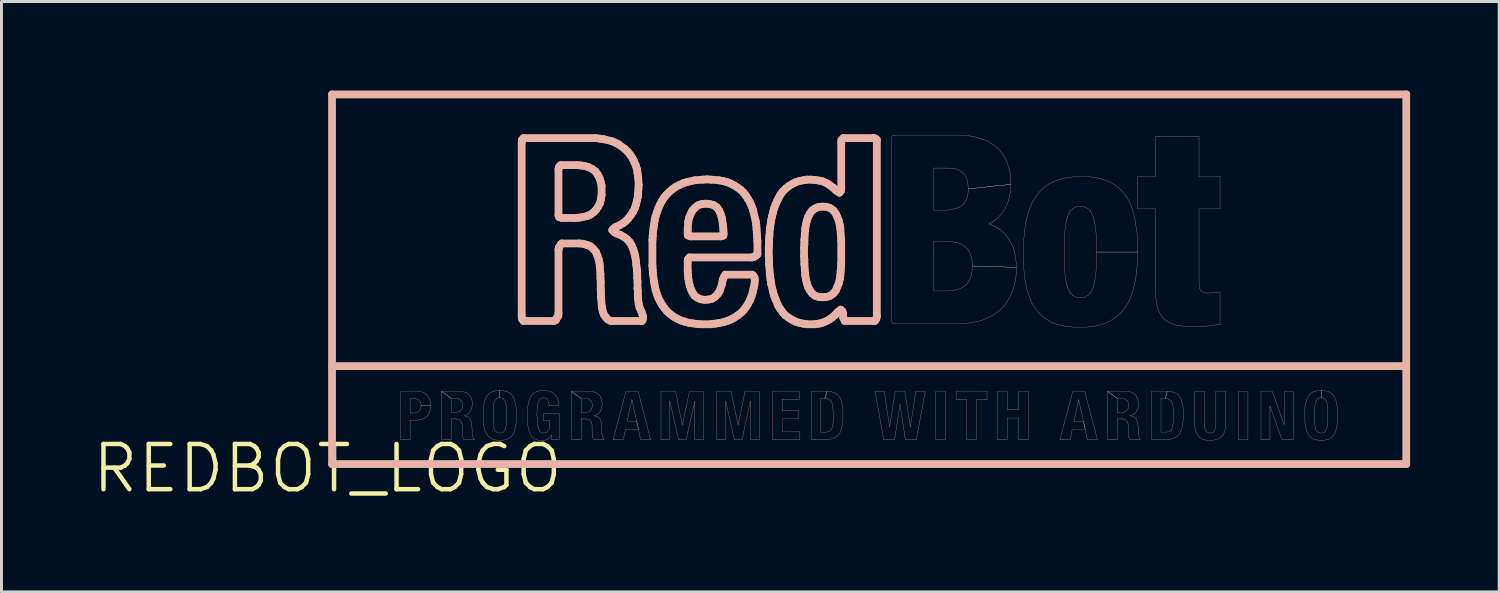
<source format=kicad_pcb>
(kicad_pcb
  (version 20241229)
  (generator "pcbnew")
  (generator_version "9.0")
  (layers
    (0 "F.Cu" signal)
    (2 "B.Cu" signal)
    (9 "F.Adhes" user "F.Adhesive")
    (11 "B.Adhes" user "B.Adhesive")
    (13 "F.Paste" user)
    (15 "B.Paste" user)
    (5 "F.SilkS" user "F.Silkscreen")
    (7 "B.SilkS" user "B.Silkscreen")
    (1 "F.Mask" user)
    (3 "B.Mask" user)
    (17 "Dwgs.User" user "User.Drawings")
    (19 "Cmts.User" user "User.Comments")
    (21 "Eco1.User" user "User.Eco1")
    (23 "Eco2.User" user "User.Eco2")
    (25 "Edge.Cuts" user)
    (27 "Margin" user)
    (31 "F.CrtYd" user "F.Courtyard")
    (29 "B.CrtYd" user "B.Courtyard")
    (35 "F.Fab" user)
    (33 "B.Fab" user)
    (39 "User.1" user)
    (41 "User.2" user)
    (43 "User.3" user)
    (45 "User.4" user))
  (footprint "REDBOT_LOGO"
    (layer "F.Cu")
    (at 7.983 12.729)
    (property "Reference" "REDBOT_LOGO" (at 0 0 0) (layer "F.SilkS") (effects (font (size 1.524 1.524) (thickness 0.15))))
    (attr exclude_from_pos_files exclude_from_bom)
    (fp_line (start 0.15 -12.598) (end 36.33 -12.598) (stroke (width 0.262) (type solid)) (layer "B.SilkS"))
    (fp_line (start 0.15 -0.15) (end 0.15 -12.598) (stroke (width 0.262) (type solid)) (layer "B.SilkS"))
    (fp_line (start 2.459 -2.598) (end 3.028 -2.598) (stroke (width 0.008) (type solid)) (layer "B.SilkS"))
    (fp_line (start 2.459 -0.978) (end 2.459 -2.598) (stroke (width 0.008) (type solid)) (layer "B.SilkS"))
    (fp_line (start 2.779 -2.36) (end 2.779 -1.869) (stroke (width 0.008) (type solid)) (layer "B.SilkS"))
    (fp_line (start 2.779 -1.869) (end 2.929 -1.869) (stroke (width 0.008) (type solid)) (layer "B.SilkS"))
    (fp_line (start 2.779 -1.628) (end 2.779 -0.978) (stroke (width 0.008) (type solid)) (layer "B.SilkS"))
    (fp_line (start 2.779 -0.978) (end 2.459 -0.978) (stroke (width 0.008) (type solid)) (layer "B.SilkS"))
    (fp_line (start 2.918 -2.36) (end 2.779 -2.36) (stroke (width 0.008) (type solid)) (layer "B.SilkS"))
    (fp_line (start 2.929 -1.869) (end 3.048 -1.9) (stroke (width 0.008) (type solid)) (layer "B.SilkS"))
    (fp_line (start 2.959 -1.628) (end 2.779 -1.628) (stroke (width 0.008) (type solid)) (layer "B.SilkS"))
    (fp_line (start 3.028 -2.598) (end 3.15 -2.588) (stroke (width 0.008) (type solid)) (layer "B.SilkS"))
    (fp_line (start 3.048 -2.329) (end 2.918 -2.36) (stroke (width 0.008) (type solid)) (layer "B.SilkS"))
    (fp_line (start 3.048 -1.9) (end 3.129 -1.989) (stroke (width 0.008) (type solid)) (layer "B.SilkS"))
    (fp_line (start 3.089 -1.638) (end 2.959 -1.628) (stroke (width 0.008) (type solid)) (layer "B.SilkS"))
    (fp_line (start 3.129 -2.238) (end 3.048 -2.329) (stroke (width 0.008) (type solid)) (layer "B.SilkS"))
    (fp_line (start 3.129 -1.989) (end 3.15 -2.108) (stroke (width 0.008) (type solid)) (layer "B.SilkS"))
    (fp_line (start 3.15 -2.588) (end 3.269 -2.54) (stroke (width 0.008) (type solid)) (layer "B.SilkS"))
    (fp_line (start 3.15 -2.108) (end 3.129 -2.238) (stroke (width 0.008) (type solid)) (layer "B.SilkS"))
    (fp_line (start 3.15 -2.108) (end 3.47 -2.108) (stroke (width 0.008) (type solid)) (layer "B.SilkS"))
    (fp_line (start 3.218 -1.669) (end 3.089 -1.638) (stroke (width 0.008) (type solid)) (layer "B.SilkS"))
    (fp_line (start 3.269 -2.54) (end 3.358 -2.459) (stroke (width 0.008) (type solid)) (layer "B.SilkS"))
    (fp_line (start 3.338 -1.748) (end 3.218 -1.669) (stroke (width 0.008) (type solid)) (layer "B.SilkS"))
    (fp_line (start 3.358 -2.459) (end 3.429 -2.36) (stroke (width 0.008) (type solid)) (layer "B.SilkS"))
    (fp_line (start 3.419 -1.849) (end 3.338 -1.748) (stroke (width 0.008) (type solid)) (layer "B.SilkS"))
    (fp_line (start 3.429 -2.36) (end 3.459 -2.238) (stroke (width 0.008) (type solid)) (layer "B.SilkS"))
    (fp_line (start 3.459 -2.238) (end 3.47 -2.108) (stroke (width 0.008) (type solid)) (layer "B.SilkS"))
    (fp_line (start 3.459 -1.979) (end 3.419 -1.849) (stroke (width 0.008) (type solid)) (layer "B.SilkS"))
    (fp_line (start 3.47 -2.108) (end 3.15 -2.108) (stroke (width 0.008) (type solid)) (layer "B.SilkS"))
    (fp_line (start 3.47 -2.108) (end 3.459 -1.979) (stroke (width 0.008) (type solid)) (layer "B.SilkS"))
    (fp_line (start 3.838 -2.598) (end 4.168 -2.36) (stroke (width 0.008) (type solid)) (layer "B.SilkS"))
    (fp_line (start 3.838 -2.598) (end 4.44 -2.598) (stroke (width 0.008) (type solid)) (layer "B.SilkS"))
    (fp_line (start 3.838 -0.978) (end 3.838 -2.598) (stroke (width 0.008) (type solid)) (layer "B.SilkS"))
    (fp_line (start 4.168 -2.36) (end 3.838 -2.598) (stroke (width 0.008) (type solid)) (layer "B.SilkS"))
    (fp_line (start 4.168 -2.36) (end 4.168 -1.89) (stroke (width 0.008) (type solid)) (layer "B.SilkS"))
    (fp_line (start 4.168 -1.89) (end 4.298 -1.89) (stroke (width 0.008) (type solid)) (layer "B.SilkS"))
    (fp_line (start 4.168 -1.669) (end 4.168 -0.978) (stroke (width 0.008) (type solid)) (layer "B.SilkS"))
    (fp_line (start 4.168 -0.978) (end 3.838 -0.978) (stroke (width 0.008) (type solid)) (layer "B.SilkS"))
    (fp_line (start 4.298 -1.89) (end 4.43 -1.908) (stroke (width 0.008) (type solid)) (layer "B.SilkS"))
    (fp_line (start 4.318 -2.36) (end 4.168 -2.36) (stroke (width 0.008) (type solid)) (layer "B.SilkS"))
    (fp_line (start 4.338 -1.669) (end 4.168 -1.669) (stroke (width 0.008) (type solid)) (layer "B.SilkS"))
    (fp_line (start 4.43 -1.908) (end 4.529 -2.009) (stroke (width 0.008) (type solid)) (layer "B.SilkS"))
    (fp_line (start 4.44 -2.598) (end 4.58 -2.588) (stroke (width 0.008) (type solid)) (layer "B.SilkS"))
    (fp_line (start 4.44 -2.339) (end 4.318 -2.36) (stroke (width 0.008) (type solid)) (layer "B.SilkS"))
    (fp_line (start 4.448 -1.638) (end 4.338 -1.669) (stroke (width 0.008) (type solid)) (layer "B.SilkS"))
    (fp_line (start 4.508 -1.56) (end 4.448 -1.638) (stroke (width 0.008) (type solid)) (layer "B.SilkS"))
    (fp_line (start 4.529 -2.248) (end 4.44 -2.339) (stroke (width 0.008) (type solid)) (layer "B.SilkS"))
    (fp_line (start 4.529 -2.009) (end 4.549 -2.139) (stroke (width 0.008) (type solid)) (layer "B.SilkS"))
    (fp_line (start 4.539 -1.458) (end 4.508 -1.56) (stroke (width 0.008) (type solid)) (layer "B.SilkS"))
    (fp_line (start 4.539 -1.148) (end 4.539 -1.458) (stroke (width 0.008) (type solid)) (layer "B.SilkS"))
    (fp_line (start 4.549 -2.139) (end 4.529 -2.248) (stroke (width 0.008) (type solid)) (layer "B.SilkS"))
    (fp_line (start 4.549 -1.059) (end 4.539 -1.148) (stroke (width 0.008) (type solid)) (layer "B.SilkS"))
    (fp_line (start 4.58 -2.588) (end 4.709 -2.54) (stroke (width 0.008) (type solid)) (layer "B.SilkS"))
    (fp_line (start 4.59 -0.978) (end 4.549 -1.059) (stroke (width 0.008) (type solid)) (layer "B.SilkS"))
    (fp_line (start 4.608 -1.778) (end 4.729 -1.74) (stroke (width 0.008) (type solid)) (layer "B.SilkS"))
    (fp_line (start 4.709 -2.54) (end 4.808 -2.438) (stroke (width 0.008) (type solid)) (layer "B.SilkS"))
    (fp_line (start 4.729 -1.829) (end 4.608 -1.778) (stroke (width 0.008) (type solid)) (layer "B.SilkS"))
    (fp_line (start 4.729 -1.74) (end 4.808 -1.659) (stroke (width 0.008) (type solid)) (layer "B.SilkS"))
    (fp_line (start 4.808 -2.438) (end 4.859 -2.319) (stroke (width 0.008) (type solid)) (layer "B.SilkS"))
    (fp_line (start 4.808 -1.659) (end 4.849 -1.539) (stroke (width 0.008) (type solid)) (layer "B.SilkS"))
    (fp_line (start 4.818 -1.928) (end 4.729 -1.829) (stroke (width 0.008) (type solid)) (layer "B.SilkS"))
    (fp_line (start 4.849 -1.539) (end 4.869 -1.278) (stroke (width 0.008) (type solid)) (layer "B.SilkS"))
    (fp_line (start 4.859 -2.319) (end 4.879 -2.179) (stroke (width 0.008) (type solid)) (layer "B.SilkS"))
    (fp_line (start 4.859 -2.05) (end 4.818 -1.928) (stroke (width 0.008) (type solid)) (layer "B.SilkS"))
    (fp_line (start 4.869 -1.278) (end 4.869 -1.179) (stroke (width 0.008) (type solid)) (layer "B.SilkS"))
    (fp_line (start 4.869 -1.179) (end 4.879 -1.079) (stroke (width 0.008) (type solid)) (layer "B.SilkS"))
    (fp_line (start 4.879 -2.179) (end 4.859 -2.05) (stroke (width 0.008) (type solid)) (layer "B.SilkS"))
    (fp_line (start 4.879 -1.079) (end 4.938 -0.988) (stroke (width 0.008) (type solid)) (layer "B.SilkS"))
    (fp_line (start 4.938 -0.988) (end 4.938 -0.978) (stroke (width 0.008) (type solid)) (layer "B.SilkS"))
    (fp_line (start 4.938 -0.978) (end 4.59 -0.978) (stroke (width 0.008) (type solid)) (layer "B.SilkS"))
    (fp_line (start 5.248 -1.918) (end 5.268 -2.179) (stroke (width 0.008) (type solid)) (layer "B.SilkS"))
    (fp_line (start 5.248 -1.659) (end 5.248 -1.918) (stroke (width 0.008) (type solid)) (layer "B.SilkS"))
    (fp_line (start 5.268 -2.179) (end 5.298 -2.299) (stroke (width 0.008) (type solid)) (layer "B.SilkS"))
    (fp_line (start 5.268 -1.4) (end 5.248 -1.659) (stroke (width 0.008) (type solid)) (layer "B.SilkS"))
    (fp_line (start 5.298 -2.299) (end 5.359 -2.418) (stroke (width 0.008) (type solid)) (layer "B.SilkS"))
    (fp_line (start 5.298 -1.278) (end 5.268 -1.4) (stroke (width 0.008) (type solid)) (layer "B.SilkS"))
    (fp_line (start 5.359 -2.418) (end 5.438 -2.52) (stroke (width 0.008) (type solid)) (layer "B.SilkS"))
    (fp_line (start 5.359 -1.158) (end 5.298 -1.278) (stroke (width 0.008) (type solid)) (layer "B.SilkS"))
    (fp_line (start 5.438 -2.52) (end 5.55 -2.588) (stroke (width 0.008) (type solid)) (layer "B.SilkS"))
    (fp_line (start 5.438 -1.059) (end 5.359 -1.158) (stroke (width 0.008) (type solid)) (layer "B.SilkS"))
    (fp_line (start 5.55 -2.588) (end 5.669 -2.619) (stroke (width 0.008) (type solid)) (layer "B.SilkS"))
    (fp_line (start 5.55 -0.988) (end 5.438 -1.059) (stroke (width 0.008) (type solid)) (layer "B.SilkS"))
    (fp_line (start 5.578 -2.029) (end 5.578 -1.549) (stroke (width 0.008) (type solid)) (layer "B.SilkS"))
    (fp_line (start 5.578 -1.549) (end 5.588 -1.427) (stroke (width 0.008) (type solid)) (layer "B.SilkS"))
    (fp_line (start 5.588 -2.149) (end 5.578 -2.029) (stroke (width 0.008) (type solid)) (layer "B.SilkS"))
    (fp_line (start 5.588 -1.427) (end 5.618 -1.318) (stroke (width 0.008) (type solid)) (layer "B.SilkS"))
    (fp_line (start 5.618 -2.258) (end 5.588 -2.149) (stroke (width 0.008) (type solid)) (layer "B.SilkS"))
    (fp_line (start 5.618 -1.318) (end 5.69 -1.219) (stroke (width 0.008) (type solid)) (layer "B.SilkS"))
    (fp_line (start 5.669 -2.619) (end 5.799 -2.629) (stroke (width 0.008) (type solid)) (layer "B.SilkS"))
    (fp_line (start 5.669 -0.958) (end 5.55 -0.988) (stroke (width 0.008) (type solid)) (layer "B.SilkS"))
    (fp_line (start 5.69 -2.36) (end 5.618 -2.258) (stroke (width 0.008) (type solid)) (layer "B.SilkS"))
    (fp_line (start 5.69 -1.219) (end 5.799 -1.189) (stroke (width 0.008) (type solid)) (layer "B.SilkS"))
    (fp_line (start 5.799 -2.629) (end 5.799 -2.388) (stroke (width 0.008) (type solid)) (layer "B.SilkS"))
    (fp_line (start 5.799 -2.629) (end 5.928 -2.619) (stroke (width 0.008) (type solid)) (layer "B.SilkS"))
    (fp_line (start 5.799 -2.388) (end 5.69 -2.36) (stroke (width 0.008) (type solid)) (layer "B.SilkS"))
    (fp_line (start 5.799 -2.388) (end 5.799 -2.629) (stroke (width 0.008) (type solid)) (layer "B.SilkS"))
    (fp_line (start 5.799 -1.189) (end 5.918 -1.219) (stroke (width 0.008) (type solid)) (layer "B.SilkS"))
    (fp_line (start 5.799 -0.95) (end 5.669 -0.958) (stroke (width 0.008) (type solid)) (layer "B.SilkS"))
    (fp_line (start 5.918 -2.36) (end 5.799 -2.388) (stroke (width 0.008) (type solid)) (layer "B.SilkS"))
    (fp_line (start 5.918 -1.219) (end 5.979 -1.318) (stroke (width 0.008) (type solid)) (layer "B.SilkS"))
    (fp_line (start 5.928 -2.619) (end 6.058 -2.588) (stroke (width 0.008) (type solid)) (layer "B.SilkS"))
    (fp_line (start 5.928 -0.958) (end 5.799 -0.95) (stroke (width 0.008) (type solid)) (layer "B.SilkS"))
    (fp_line (start 5.979 -2.258) (end 5.918 -2.36) (stroke (width 0.008) (type solid)) (layer "B.SilkS"))
    (fp_line (start 5.979 -1.318) (end 6.01 -1.427) (stroke (width 0.008) (type solid)) (layer "B.SilkS"))
    (fp_line (start 6.01 -2.149) (end 5.979 -2.258) (stroke (width 0.008) (type solid)) (layer "B.SilkS"))
    (fp_line (start 6.01 -1.427) (end 6.03 -1.669) (stroke (width 0.008) (type solid)) (layer "B.SilkS"))
    (fp_line (start 6.03 -1.908) (end 6.01 -2.149) (stroke (width 0.008) (type solid)) (layer "B.SilkS"))
    (fp_line (start 6.03 -1.669) (end 6.03 -1.908) (stroke (width 0.008) (type solid)) (layer "B.SilkS"))
    (fp_line (start 6.058 -2.588) (end 6.17 -2.52) (stroke (width 0.008) (type solid)) (layer "B.SilkS"))
    (fp_line (start 6.058 -0.988) (end 5.928 -0.958) (stroke (width 0.008) (type solid)) (layer "B.SilkS"))
    (fp_line (start 6.17 -2.52) (end 6.248 -2.418) (stroke (width 0.008) (type solid)) (layer "B.SilkS"))
    (fp_line (start 6.17 -1.059) (end 6.058 -0.988) (stroke (width 0.008) (type solid)) (layer "B.SilkS"))
    (fp_line (start 6.248 -2.418) (end 6.299 -2.299) (stroke (width 0.008) (type solid)) (layer "B.SilkS"))
    (fp_line (start 6.248 -1.158) (end 6.17 -1.059) (stroke (width 0.008) (type solid)) (layer "B.SilkS"))
    (fp_line (start 6.299 -2.299) (end 6.33 -2.179) (stroke (width 0.008) (type solid)) (layer "B.SilkS"))
    (fp_line (start 6.299 -1.278) (end 6.248 -1.158) (stroke (width 0.008) (type solid)) (layer "B.SilkS"))
    (fp_line (start 6.33 -2.179) (end 6.35 -2.05) (stroke (width 0.008) (type solid)) (layer "B.SilkS"))
    (fp_line (start 6.33 -1.4) (end 6.299 -1.278) (stroke (width 0.008) (type solid)) (layer "B.SilkS"))
    (fp_line (start 6.35 -2.05) (end 6.35 -1.529) (stroke (width 0.008) (type solid)) (layer "B.SilkS"))
    (fp_line (start 6.35 -1.529) (end 6.33 -1.4) (stroke (width 0.008) (type solid)) (layer "B.SilkS"))
    (fp_line (start 6.538 -10.978) (end 6.538 -5.118) (stroke (width 0.262) (type solid)) (layer "B.SilkS"))
    (fp_line (start 6.538 -5.118) (end 6.548 -5.039) (stroke (width 0.262) (type solid)) (layer "B.SilkS"))
    (fp_line (start 6.548 -11.069) (end 6.538 -10.978) (stroke (width 0.262) (type solid)) (layer "B.SilkS"))
    (fp_line (start 6.548 -5.039) (end 6.599 -4.968) (stroke (width 0.262) (type solid)) (layer "B.SilkS"))
    (fp_line (start 6.599 -11.128) (end 6.548 -11.069) (stroke (width 0.262) (type solid)) (layer "B.SilkS"))
    (fp_line (start 6.599 -4.968) (end 7.62 -4.968) (stroke (width 0.262) (type solid)) (layer "B.SilkS"))
    (fp_line (start 6.728 -1.928) (end 6.739 -2.06) (stroke (width 0.008) (type solid)) (layer "B.SilkS"))
    (fp_line (start 6.728 -1.56) (end 6.728 -1.928) (stroke (width 0.008) (type solid)) (layer "B.SilkS"))
    (fp_line (start 6.739 -2.06) (end 6.759 -2.179) (stroke (width 0.008) (type solid)) (layer "B.SilkS"))
    (fp_line (start 6.749 -1.427) (end 6.728 -1.56) (stroke (width 0.008) (type solid)) (layer "B.SilkS"))
    (fp_line (start 6.759 -2.179) (end 6.789 -2.309) (stroke (width 0.008) (type solid)) (layer "B.SilkS"))
    (fp_line (start 6.769 -1.308) (end 6.749 -1.427) (stroke (width 0.008) (type solid)) (layer "B.SilkS"))
    (fp_line (start 6.789 -2.309) (end 6.838 -2.418) (stroke (width 0.008) (type solid)) (layer "B.SilkS"))
    (fp_line (start 6.81 -1.189) (end 6.769 -1.308) (stroke (width 0.008) (type solid)) (layer "B.SilkS"))
    (fp_line (start 6.838 -2.418) (end 6.919 -2.52) (stroke (width 0.008) (type solid)) (layer "B.SilkS"))
    (fp_line (start 6.868 -1.079) (end 6.81 -1.189) (stroke (width 0.008) (type solid)) (layer "B.SilkS"))
    (fp_line (start 6.919 -2.52) (end 7.028 -2.588) (stroke (width 0.008) (type solid)) (layer "B.SilkS"))
    (fp_line (start 6.97 -0.998) (end 6.868 -1.079) (stroke (width 0.008) (type solid)) (layer "B.SilkS"))
    (fp_line (start 7.028 -2.588) (end 7.148 -2.619) (stroke (width 0.008) (type solid)) (layer "B.SilkS"))
    (fp_line (start 7.048 -1.819) (end 7.059 -1.699) (stroke (width 0.008) (type solid)) (layer "B.SilkS"))
    (fp_line (start 7.059 -1.958) (end 7.048 -1.819) (stroke (width 0.008) (type solid)) (layer "B.SilkS"))
    (fp_line (start 7.059 -1.699) (end 7.059 -1.58) (stroke (width 0.008) (type solid)) (layer "B.SilkS"))
    (fp_line (start 7.059 -1.58) (end 7.079 -1.448) (stroke (width 0.008) (type solid)) (layer "B.SilkS"))
    (fp_line (start 7.069 -2.088) (end 7.059 -1.958) (stroke (width 0.008) (type solid)) (layer "B.SilkS"))
    (fp_line (start 7.079 -1.448) (end 7.099 -1.339) (stroke (width 0.008) (type solid)) (layer "B.SilkS"))
    (fp_line (start 7.079 -0.958) (end 6.97 -0.998) (stroke (width 0.008) (type solid)) (layer "B.SilkS"))
    (fp_line (start 7.089 -2.22) (end 7.069 -2.088) (stroke (width 0.008) (type solid)) (layer "B.SilkS"))
    (fp_line (start 7.099 -1.339) (end 7.168 -1.229) (stroke (width 0.008) (type solid)) (layer "B.SilkS"))
    (fp_line (start 7.148 -2.619) (end 7.269 -2.629) (stroke (width 0.008) (type solid)) (layer "B.SilkS"))
    (fp_line (start 7.158 -2.339) (end 7.089 -2.22) (stroke (width 0.008) (type solid)) (layer "B.SilkS"))
    (fp_line (start 7.168 -1.229) (end 7.28 -1.189) (stroke (width 0.008) (type solid)) (layer "B.SilkS"))
    (fp_line (start 7.209 -0.95) (end 7.079 -0.958) (stroke (width 0.008) (type solid)) (layer "B.SilkS"))
    (fp_line (start 7.269 -2.629) (end 7.409 -2.619) (stroke (width 0.008) (type solid)) (layer "B.SilkS"))
    (fp_line (start 7.269 -1.849) (end 7.798 -1.849) (stroke (width 0.008) (type solid)) (layer "B.SilkS"))
    (fp_line (start 7.269 -1.608) (end 7.269 -1.849) (stroke (width 0.008) (type solid)) (layer "B.SilkS"))
    (fp_line (start 7.28 -2.388) (end 7.158 -2.339) (stroke (width 0.008) (type solid)) (layer "B.SilkS"))
    (fp_line (start 7.28 -1.189) (end 7.389 -1.229) (stroke (width 0.008) (type solid)) (layer "B.SilkS"))
    (fp_line (start 7.338 -0.958) (end 7.209 -0.95) (stroke (width 0.008) (type solid)) (layer "B.SilkS"))
    (fp_line (start 7.389 -2.349) (end 7.28 -2.388) (stroke (width 0.008) (type solid)) (layer "B.SilkS"))
    (fp_line (start 7.389 -1.229) (end 7.46 -1.328) (stroke (width 0.008) (type solid)) (layer "B.SilkS"))
    (fp_line (start 7.409 -2.619) (end 7.539 -2.578) (stroke (width 0.008) (type solid)) (layer "B.SilkS"))
    (fp_line (start 7.45 -2.238) (end 7.389 -2.349) (stroke (width 0.008) (type solid)) (layer "B.SilkS"))
    (fp_line (start 7.46 -2.118) (end 7.45 -2.238) (stroke (width 0.008) (type solid)) (layer "B.SilkS"))
    (fp_line (start 7.46 -1.328) (end 7.478 -1.448) (stroke (width 0.008) (type solid)) (layer "B.SilkS"))
    (fp_line (start 7.46 -1.029) (end 7.338 -0.958) (stroke (width 0.008) (type solid)) (layer "B.SilkS"))
    (fp_line (start 7.478 -1.608) (end 7.269 -1.608) (stroke (width 0.008) (type solid)) (layer "B.SilkS"))
    (fp_line (start 7.478 -1.448) (end 7.478 -1.608) (stroke (width 0.008) (type solid)) (layer "B.SilkS"))
    (fp_line (start 7.539 -2.578) (end 7.648 -2.499) (stroke (width 0.008) (type solid)) (layer "B.SilkS"))
    (fp_line (start 7.549 -1.128) (end 7.46 -1.029) (stroke (width 0.008) (type solid)) (layer "B.SilkS"))
    (fp_line (start 7.549 -0.978) (end 7.549 -1.128) (stroke (width 0.008) (type solid)) (layer "B.SilkS"))
    (fp_line (start 7.62 -4.968) (end 7.689 -4.999) (stroke (width 0.262) (type solid)) (layer "B.SilkS"))
    (fp_line (start 7.648 -2.499) (end 7.729 -2.388) (stroke (width 0.008) (type solid)) (layer "B.SilkS"))
    (fp_line (start 7.689 -4.999) (end 7.719 -5.07) (stroke (width 0.262) (type solid)) (layer "B.SilkS"))
    (fp_line (start 7.719 -5.07) (end 7.77 -5.138) (stroke (width 0.262) (type solid)) (layer "B.SilkS"))
    (fp_line (start 7.729 -2.388) (end 7.77 -2.258) (stroke (width 0.008) (type solid)) (layer "B.SilkS"))
    (fp_line (start 7.77 -5.138) (end 7.777 -5.23) (stroke (width 0.262) (type solid)) (layer "B.SilkS"))
    (fp_line (start 7.77 -2.258) (end 7.777 -2.118) (stroke (width 0.008) (type solid)) (layer "B.SilkS"))
    (fp_line (start 7.777 -10.079) (end 7.798 -10.16) (stroke (width 0.262) (type solid)) (layer "B.SilkS"))
    (fp_line (start 7.777 -8.529) (end 7.777 -10.079) (stroke (width 0.262) (type solid)) (layer "B.SilkS"))
    (fp_line (start 7.777 -7.369) (end 7.798 -7.46) (stroke (width 0.262) (type solid)) (layer "B.SilkS"))
    (fp_line (start 7.777 -5.23) (end 7.777 -7.369) (stroke (width 0.262) (type solid)) (layer "B.SilkS"))
    (fp_line (start 7.777 -2.118) (end 7.46 -2.118) (stroke (width 0.008) (type solid)) (layer "B.SilkS"))
    (fp_line (start 7.798 -10.16) (end 7.849 -10.218) (stroke (width 0.262) (type solid)) (layer "B.SilkS"))
    (fp_line (start 7.798 -8.468) (end 7.777 -8.529) (stroke (width 0.262) (type solid)) (layer "B.SilkS"))
    (fp_line (start 7.798 -7.46) (end 7.849 -7.539) (stroke (width 0.262) (type solid)) (layer "B.SilkS"))
    (fp_line (start 7.798 -1.849) (end 7.798 -0.978) (stroke (width 0.008) (type solid)) (layer "B.SilkS"))
    (fp_line (start 7.798 -0.978) (end 7.549 -0.978) (stroke (width 0.008) (type solid)) (layer "B.SilkS"))
    (fp_line (start 7.849 -10.218) (end 8.39 -10.218) (stroke (width 0.262) (type solid)) (layer "B.SilkS"))
    (fp_line (start 7.849 -7.539) (end 7.889 -7.579) (stroke (width 0.262) (type solid)) (layer "B.SilkS"))
    (fp_line (start 7.889 -8.438) (end 7.798 -8.468) (stroke (width 0.262) (type solid)) (layer "B.SilkS"))
    (fp_line (start 7.889 -7.579) (end 8.479 -7.579) (stroke (width 0.262) (type solid)) (layer "B.SilkS"))
    (fp_line (start 8.209 -2.598) (end 8.539 -2.36) (stroke (width 0.008) (type solid)) (layer "B.SilkS"))
    (fp_line (start 8.209 -2.598) (end 8.819 -2.598) (stroke (width 0.008) (type solid)) (layer "B.SilkS"))
    (fp_line (start 8.209 -0.978) (end 8.209 -2.598) (stroke (width 0.008) (type solid)) (layer "B.SilkS"))
    (fp_line (start 8.339 -8.438) (end 7.889 -8.438) (stroke (width 0.262) (type solid)) (layer "B.SilkS"))
    (fp_line (start 8.39 -10.218) (end 8.519 -10.208) (stroke (width 0.262) (type solid)) (layer "B.SilkS"))
    (fp_line (start 8.468 -8.448) (end 8.339 -8.438) (stroke (width 0.262) (type solid)) (layer "B.SilkS"))
    (fp_line (start 8.479 -7.579) (end 8.608 -7.569) (stroke (width 0.262) (type solid)) (layer "B.SilkS"))
    (fp_line (start 8.519 -10.208) (end 8.659 -10.188) (stroke (width 0.262) (type solid)) (layer "B.SilkS"))
    (fp_line (start 8.539 -2.36) (end 8.209 -2.598) (stroke (width 0.008) (type solid)) (layer "B.SilkS"))
    (fp_line (start 8.539 -2.36) (end 8.539 -1.89) (stroke (width 0.008) (type solid)) (layer "B.SilkS"))
    (fp_line (start 8.539 -1.89) (end 8.679 -1.89) (stroke (width 0.008) (type solid)) (layer "B.SilkS"))
    (fp_line (start 8.539 -1.669) (end 8.539 -0.978) (stroke (width 0.008) (type solid)) (layer "B.SilkS"))
    (fp_line (start 8.539 -0.978) (end 8.209 -0.978) (stroke (width 0.008) (type solid)) (layer "B.SilkS"))
    (fp_line (start 8.598 -8.468) (end 8.468 -8.448) (stroke (width 0.262) (type solid)) (layer "B.SilkS"))
    (fp_line (start 8.608 -7.569) (end 8.738 -7.529) (stroke (width 0.262) (type solid)) (layer "B.SilkS"))
    (fp_line (start 8.659 -10.188) (end 8.788 -10.15) (stroke (width 0.262) (type solid)) (layer "B.SilkS"))
    (fp_line (start 8.679 -1.89) (end 8.809 -1.908) (stroke (width 0.008) (type solid)) (layer "B.SilkS"))
    (fp_line (start 8.689 -2.36) (end 8.539 -2.36) (stroke (width 0.008) (type solid)) (layer "B.SilkS"))
    (fp_line (start 8.71 -1.669) (end 8.539 -1.669) (stroke (width 0.008) (type solid)) (layer "B.SilkS"))
    (fp_line (start 8.73 -8.499) (end 8.598 -8.468) (stroke (width 0.262) (type solid)) (layer "B.SilkS"))
    (fp_line (start 8.738 -7.529) (end 8.86 -7.478) (stroke (width 0.262) (type solid)) (layer "B.SilkS"))
    (fp_line (start 8.788 -10.15) (end 8.908 -10.089) (stroke (width 0.262) (type solid)) (layer "B.SilkS"))
    (fp_line (start 8.809 -2.339) (end 8.689 -2.36) (stroke (width 0.008) (type solid)) (layer "B.SilkS"))
    (fp_line (start 8.809 -1.908) (end 8.898 -2.009) (stroke (width 0.008) (type solid)) (layer "B.SilkS"))
    (fp_line (start 8.819 -2.598) (end 8.948 -2.588) (stroke (width 0.008) (type solid)) (layer "B.SilkS"))
    (fp_line (start 8.819 -1.638) (end 8.71 -1.669) (stroke (width 0.008) (type solid)) (layer "B.SilkS"))
    (fp_line (start 8.849 -8.55) (end 8.73 -8.499) (stroke (width 0.262) (type solid)) (layer "B.SilkS"))
    (fp_line (start 8.86 -7.478) (end 8.959 -7.389) (stroke (width 0.262) (type solid)) (layer "B.SilkS"))
    (fp_line (start 8.89 -1.56) (end 8.819 -1.638) (stroke (width 0.008) (type solid)) (layer "B.SilkS"))
    (fp_line (start 8.898 -2.248) (end 8.809 -2.339) (stroke (width 0.008) (type solid)) (layer "B.SilkS"))
    (fp_line (start 8.898 -2.009) (end 8.918 -2.139) (stroke (width 0.008) (type solid)) (layer "B.SilkS"))
    (fp_line (start 8.908 -10.089) (end 9.02 -10.008) (stroke (width 0.262) (type solid)) (layer "B.SilkS"))
    (fp_line (start 8.908 -1.458) (end 8.89 -1.56) (stroke (width 0.008) (type solid)) (layer "B.SilkS"))
    (fp_line (start 8.908 -1.25) (end 8.908 -1.458) (stroke (width 0.008) (type solid)) (layer "B.SilkS"))
    (fp_line (start 8.918 -2.139) (end 8.898 -2.248) (stroke (width 0.008) (type solid)) (layer "B.SilkS"))
    (fp_line (start 8.918 -1.148) (end 8.908 -1.25) (stroke (width 0.008) (type solid)) (layer "B.SilkS"))
    (fp_line (start 8.918 -1.059) (end 8.918 -1.148) (stroke (width 0.008) (type solid)) (layer "B.SilkS"))
    (fp_line (start 8.948 -2.588) (end 9.078 -2.54) (stroke (width 0.008) (type solid)) (layer "B.SilkS"))
    (fp_line (start 8.959 -8.628) (end 8.849 -8.55) (stroke (width 0.262) (type solid)) (layer "B.SilkS"))
    (fp_line (start 8.959 -7.389) (end 9.04 -7.29) (stroke (width 0.262) (type solid)) (layer "B.SilkS"))
    (fp_line (start 8.959 -0.978) (end 8.918 -1.059) (stroke (width 0.008) (type solid)) (layer "B.SilkS"))
    (fp_line (start 8.979 -1.778) (end 9.098 -1.74) (stroke (width 0.008) (type solid)) (layer "B.SilkS"))
    (fp_line (start 9.02 -10.008) (end 9.098 -9.898) (stroke (width 0.262) (type solid)) (layer "B.SilkS"))
    (fp_line (start 9.03 -11.128) (end 6.599 -11.128) (stroke (width 0.262) (type solid)) (layer "B.SilkS"))
    (fp_line (start 9.04 -7.29) (end 9.088 -7.168) (stroke (width 0.262) (type solid)) (layer "B.SilkS"))
    (fp_line (start 9.047 -8.72) (end 8.959 -8.628) (stroke (width 0.262) (type solid)) (layer "B.SilkS"))
    (fp_line (start 9.078 -2.54) (end 9.18 -2.438) (stroke (width 0.008) (type solid)) (layer "B.SilkS"))
    (fp_line (start 9.088 -7.168) (end 9.129 -7.048) (stroke (width 0.262) (type solid)) (layer "B.SilkS"))
    (fp_line (start 9.098 -9.898) (end 9.159 -9.779) (stroke (width 0.262) (type solid)) (layer "B.SilkS"))
    (fp_line (start 9.098 -1.829) (end 8.979 -1.778) (stroke (width 0.008) (type solid)) (layer "B.SilkS"))
    (fp_line (start 9.098 -1.74) (end 9.19 -1.659) (stroke (width 0.008) (type solid)) (layer "B.SilkS"))
    (fp_line (start 9.119 -8.829) (end 9.047 -8.72) (stroke (width 0.262) (type solid)) (layer "B.SilkS"))
    (fp_line (start 9.129 -7.048) (end 9.159 -6.919) (stroke (width 0.262) (type solid)) (layer "B.SilkS"))
    (fp_line (start 9.159 -9.779) (end 9.2 -9.649) (stroke (width 0.262) (type solid)) (layer "B.SilkS"))
    (fp_line (start 9.159 -6.919) (end 9.169 -6.8) (stroke (width 0.262) (type solid)) (layer "B.SilkS"))
    (fp_line (start 9.169 -11.11) (end 9.03 -11.128) (stroke (width 0.262) (type solid)) (layer "B.SilkS"))
    (fp_line (start 9.169 -6.8) (end 9.19 -6.538) (stroke (width 0.262) (type solid)) (layer "B.SilkS"))
    (fp_line (start 9.18 -8.948) (end 9.119 -8.829) (stroke (width 0.262) (type solid)) (layer "B.SilkS"))
    (fp_line (start 9.18 -2.438) (end 9.228 -2.319) (stroke (width 0.008) (type solid)) (layer "B.SilkS"))
    (fp_line (start 9.19 -6.538) (end 9.19 -6.408) (stroke (width 0.262) (type solid)) (layer "B.SilkS"))
    (fp_line (start 9.19 -6.408) (end 9.2 -6.279) (stroke (width 0.262) (type solid)) (layer "B.SilkS"))
    (fp_line (start 9.19 -1.928) (end 9.098 -1.829) (stroke (width 0.008) (type solid)) (layer "B.SilkS"))
    (fp_line (start 9.19 -1.659) (end 9.218 -1.539) (stroke (width 0.008) (type solid)) (layer "B.SilkS"))
    (fp_line (start 9.2 -9.649) (end 9.228 -9.52) (stroke (width 0.262) (type solid)) (layer "B.SilkS"))
    (fp_line (start 9.2 -6.279) (end 9.2 -6.03) (stroke (width 0.262) (type solid)) (layer "B.SilkS"))
    (fp_line (start 9.2 -6.03) (end 9.207 -5.898) (stroke (width 0.262) (type solid)) (layer "B.SilkS"))
    (fp_line (start 9.207 -9.078) (end 9.18 -8.948) (stroke (width 0.262) (type solid)) (layer "B.SilkS"))
    (fp_line (start 9.207 -5.898) (end 9.207 -5.779) (stroke (width 0.262) (type solid)) (layer "B.SilkS"))
    (fp_line (start 9.207 -5.779) (end 9.238 -5.448) (stroke (width 0.262) (type solid)) (layer "B.SilkS"))
    (fp_line (start 9.218 -1.539) (end 9.238 -1.278) (stroke (width 0.008) (type solid)) (layer "B.SilkS"))
    (fp_line (start 9.228 -9.52) (end 9.228 -9.207) (stroke (width 0.262) (type solid)) (layer "B.SilkS"))
    (fp_line (start 9.228 -9.207) (end 9.207 -9.078) (stroke (width 0.262) (type solid)) (layer "B.SilkS"))
    (fp_line (start 9.228 -2.319) (end 9.248 -2.179) (stroke (width 0.008) (type solid)) (layer "B.SilkS"))
    (fp_line (start 9.238 -5.448) (end 9.258 -5.339) (stroke (width 0.262) (type solid)) (layer "B.SilkS"))
    (fp_line (start 9.238 -2.05) (end 9.19 -1.928) (stroke (width 0.008) (type solid)) (layer "B.SilkS"))
    (fp_line (start 9.238 -1.278) (end 9.238 -1.179) (stroke (width 0.008) (type solid)) (layer "B.SilkS"))
    (fp_line (start 9.238 -1.179) (end 9.258 -1.079) (stroke (width 0.008) (type solid)) (layer "B.SilkS"))
    (fp_line (start 9.248 -2.179) (end 9.238 -2.05) (stroke (width 0.008) (type solid)) (layer "B.SilkS"))
    (fp_line (start 9.258 -5.339) (end 9.279 -5.258) (stroke (width 0.262) (type solid)) (layer "B.SilkS"))
    (fp_line (start 9.258 -1.079) (end 9.309 -0.988) (stroke (width 0.008) (type solid)) (layer "B.SilkS"))
    (fp_line (start 9.279 -5.258) (end 9.309 -5.179) (stroke (width 0.262) (type solid)) (layer "B.SilkS"))
    (fp_line (start 9.299 -11.09) (end 9.169 -11.11) (stroke (width 0.262) (type solid)) (layer "B.SilkS"))
    (fp_line (start 9.309 -5.179) (end 9.368 -5.098) (stroke (width 0.262) (type solid)) (layer "B.SilkS"))
    (fp_line (start 9.309 -0.988) (end 9.309 -0.978) (stroke (width 0.008) (type solid)) (layer "B.SilkS"))
    (fp_line (start 9.309 -0.978) (end 8.959 -0.978) (stroke (width 0.008) (type solid)) (layer "B.SilkS"))
    (fp_line (start 9.368 -5.098) (end 9.439 -5.019) (stroke (width 0.262) (type solid)) (layer "B.SilkS"))
    (fp_line (start 9.439 -5.019) (end 9.538 -4.968) (stroke (width 0.262) (type solid)) (layer "B.SilkS"))
    (fp_line (start 9.538 -4.968) (end 10.589 -4.968) (stroke (width 0.262) (type solid)) (layer "B.SilkS"))
    (fp_line (start 9.558 -11.029) (end 9.299 -11.09) (stroke (width 0.262) (type solid)) (layer "B.SilkS"))
    (fp_line (start 9.588 -8.029) (end 9.649 -8.09) (stroke (width 0.262) (type solid)) (layer "B.SilkS"))
    (fp_line (start 9.619 -0.978) (end 10.048 -2.598) (stroke (width 0.008) (type solid)) (layer "B.SilkS"))
    (fp_line (start 9.649 -8.09) (end 9.708 -8.138) (stroke (width 0.262) (type solid)) (layer "B.SilkS"))
    (fp_line (start 9.66 -7.958) (end 9.588 -8.029) (stroke (width 0.262) (type solid)) (layer "B.SilkS"))
    (fp_line (start 9.68 -10.978) (end 9.558 -11.029) (stroke (width 0.262) (type solid)) (layer "B.SilkS"))
    (fp_line (start 9.708 -8.138) (end 9.83 -8.189) (stroke (width 0.262) (type solid)) (layer "B.SilkS"))
    (fp_line (start 9.728 -7.92) (end 9.66 -7.958) (stroke (width 0.262) (type solid)) (layer "B.SilkS"))
    (fp_line (start 9.799 -10.919) (end 9.68 -10.978) (stroke (width 0.262) (type solid)) (layer "B.SilkS"))
    (fp_line (start 9.83 -8.189) (end 9.949 -8.258) (stroke (width 0.262) (type solid)) (layer "B.SilkS"))
    (fp_line (start 9.858 -7.869) (end 9.728 -7.92) (stroke (width 0.262) (type solid)) (layer "B.SilkS"))
    (fp_line (start 9.949 -8.258) (end 10.048 -8.339) (stroke (width 0.262) (type solid)) (layer "B.SilkS"))
    (fp_line (start 9.959 -0.978) (end 9.619 -0.978) (stroke (width 0.008) (type solid)) (layer "B.SilkS"))
    (fp_line (start 9.98 -7.798) (end 9.858 -7.869) (stroke (width 0.262) (type solid)) (layer "B.SilkS"))
    (fp_line (start 10.018 -10.759) (end 9.799 -10.919) (stroke (width 0.262) (type solid)) (layer "B.SilkS"))
    (fp_line (start 10.038 -1.318) (end 9.959 -0.978) (stroke (width 0.008) (type solid)) (layer "B.SilkS"))
    (fp_line (start 10.048 -8.339) (end 10.14 -8.438) (stroke (width 0.262) (type solid)) (layer "B.SilkS"))
    (fp_line (start 10.048 -2.598) (end 10.46 -2.598) (stroke (width 0.008) (type solid)) (layer "B.SilkS"))
    (fp_line (start 10.089 -7.719) (end 9.98 -7.798) (stroke (width 0.262) (type solid)) (layer "B.SilkS"))
    (fp_line (start 10.089 -1.587) (end 10.409 -1.587) (stroke (width 0.008) (type solid)) (layer "B.SilkS"))
    (fp_line (start 10.109 -10.668) (end 10.018 -10.759) (stroke (width 0.262) (type solid)) (layer "B.SilkS"))
    (fp_line (start 10.14 -8.438) (end 10.218 -8.539) (stroke (width 0.262) (type solid)) (layer "B.SilkS"))
    (fp_line (start 10.178 -7.62) (end 10.089 -7.719) (stroke (width 0.262) (type solid)) (layer "B.SilkS"))
    (fp_line (start 10.198 -10.559) (end 10.109 -10.668) (stroke (width 0.262) (type solid)) (layer "B.SilkS"))
    (fp_line (start 10.218 -8.539) (end 10.29 -8.649) (stroke (width 0.262) (type solid)) (layer "B.SilkS"))
    (fp_line (start 10.249 -7.498) (end 10.178 -7.62) (stroke (width 0.262) (type solid)) (layer "B.SilkS"))
    (fp_line (start 10.249 -2.319) (end 10.089 -1.587) (stroke (width 0.008) (type solid)) (layer "B.SilkS"))
    (fp_line (start 10.269 -10.45) (end 10.198 -10.559) (stroke (width 0.262) (type solid)) (layer "B.SilkS"))
    (fp_line (start 10.29 -8.649) (end 10.348 -8.768) (stroke (width 0.262) (type solid)) (layer "B.SilkS"))
    (fp_line (start 10.3 -7.369) (end 10.249 -7.498) (stroke (width 0.262) (type solid)) (layer "B.SilkS"))
    (fp_line (start 10.328 -10.328) (end 10.269 -10.45) (stroke (width 0.262) (type solid)) (layer "B.SilkS"))
    (fp_line (start 10.338 -7.239) (end 10.3 -7.369) (stroke (width 0.262) (type solid)) (layer "B.SilkS"))
    (fp_line (start 10.348 -8.768) (end 10.389 -8.898) (stroke (width 0.262) (type solid)) (layer "B.SilkS"))
    (fp_line (start 10.368 -7.109) (end 10.338 -7.239) (stroke (width 0.262) (type solid)) (layer "B.SilkS"))
    (fp_line (start 10.378 -10.208) (end 10.328 -10.328) (stroke (width 0.262) (type solid)) (layer "B.SilkS"))
    (fp_line (start 10.389 -8.898) (end 10.419 -9.02) (stroke (width 0.262) (type solid)) (layer "B.SilkS"))
    (fp_line (start 10.389 -6.97) (end 10.368 -7.109) (stroke (width 0.262) (type solid)) (layer "B.SilkS"))
    (fp_line (start 10.399 -6.838) (end 10.389 -6.97) (stroke (width 0.262) (type solid)) (layer "B.SilkS"))
    (fp_line (start 10.409 -1.587) (end 10.249 -2.319) (stroke (width 0.008) (type solid)) (layer "B.SilkS"))
    (fp_line (start 10.409 -1.587) (end 10.47 -1.318) (stroke (width 0.008) (type solid)) (layer "B.SilkS"))
    (fp_line (start 10.419 -10.079) (end 10.378 -10.208) (stroke (width 0.262) (type solid)) (layer "B.SilkS"))
    (fp_line (start 10.419 -9.02) (end 10.45 -9.149) (stroke (width 0.262) (type solid)) (layer "B.SilkS"))
    (fp_line (start 10.419 -6.698) (end 10.399 -6.838) (stroke (width 0.262) (type solid)) (layer "B.SilkS"))
    (fp_line (start 10.429 -6.568) (end 10.419 -6.698) (stroke (width 0.262) (type solid)) (layer "B.SilkS"))
    (fp_line (start 10.429 -6.429) (end 10.429 -6.568) (stroke (width 0.262) (type solid)) (layer "B.SilkS"))
    (fp_line (start 10.439 -9.949) (end 10.419 -10.079) (stroke (width 0.262) (type solid)) (layer "B.SilkS"))
    (fp_line (start 10.439 -6.289) (end 10.429 -6.429) (stroke (width 0.262) (type solid)) (layer "B.SilkS"))
    (fp_line (start 10.439 -6.068) (end 10.439 -6.289) (stroke (width 0.262) (type solid)) (layer "B.SilkS"))
    (fp_line (start 10.45 -9.149) (end 10.46 -9.279) (stroke (width 0.262) (type solid)) (layer "B.SilkS"))
    (fp_line (start 10.45 -5.959) (end 10.439 -6.068) (stroke (width 0.262) (type solid)) (layer "B.SilkS"))
    (fp_line (start 10.45 -5.819) (end 10.45 -5.959) (stroke (width 0.262) (type solid)) (layer "B.SilkS"))
    (fp_line (start 10.46 -9.809) (end 10.439 -9.949) (stroke (width 0.262) (type solid)) (layer "B.SilkS"))
    (fp_line (start 10.46 -9.279) (end 10.47 -9.418) (stroke (width 0.262) (type solid)) (layer "B.SilkS"))
    (fp_line (start 10.46 -5.69) (end 10.45 -5.819) (stroke (width 0.262) (type solid)) (layer "B.SilkS"))
    (fp_line (start 10.46 -2.598) (end 10.879 -0.978) (stroke (width 0.008) (type solid)) (layer "B.SilkS"))
    (fp_line (start 10.47 -9.418) (end 10.477 -9.548) (stroke (width 0.262) (type solid)) (layer "B.SilkS"))
    (fp_line (start 10.47 -1.318) (end 10.038 -1.318) (stroke (width 0.008) (type solid)) (layer "B.SilkS"))
    (fp_line (start 10.47 -1.318) (end 10.409 -1.587) (stroke (width 0.008) (type solid)) (layer "B.SilkS"))
    (fp_line (start 10.477 -9.548) (end 10.46 -9.809) (stroke (width 0.262) (type solid)) (layer "B.SilkS"))
    (fp_line (start 10.477 -5.55) (end 10.46 -5.69) (stroke (width 0.262) (type solid)) (layer "B.SilkS"))
    (fp_line (start 10.508 -5.418) (end 10.477 -5.55) (stroke (width 0.262) (type solid)) (layer "B.SilkS"))
    (fp_line (start 10.538 -0.978) (end 10.47 -1.318) (stroke (width 0.008) (type solid)) (layer "B.SilkS"))
    (fp_line (start 10.569 -5.288) (end 10.508 -5.418) (stroke (width 0.262) (type solid)) (layer "B.SilkS"))
    (fp_line (start 10.589 -4.968) (end 10.62 -5.039) (stroke (width 0.262) (type solid)) (layer "B.SilkS"))
    (fp_line (start 10.61 -5.169) (end 10.569 -5.288) (stroke (width 0.262) (type solid)) (layer "B.SilkS"))
    (fp_line (start 10.62 -5.118) (end 10.61 -5.169) (stroke (width 0.262) (type solid)) (layer "B.SilkS"))
    (fp_line (start 10.62 -5.039) (end 10.62 -5.118) (stroke (width 0.262) (type solid)) (layer "B.SilkS"))
    (fp_line (start 10.879 -0.978) (end 10.538 -0.978) (stroke (width 0.008) (type solid)) (layer "B.SilkS"))
    (fp_line (start 10.94 -7.689) (end 10.94 -6.828) (stroke (width 0.262) (type solid)) (layer "B.SilkS"))
    (fp_line (start 10.94 -6.828) (end 10.95 -6.688) (stroke (width 0.262) (type solid)) (layer "B.SilkS"))
    (fp_line (start 10.95 -7.828) (end 10.94 -7.689) (stroke (width 0.262) (type solid)) (layer "B.SilkS"))
    (fp_line (start 10.95 -6.688) (end 10.958 -6.558) (stroke (width 0.262) (type solid)) (layer "B.SilkS"))
    (fp_line (start 10.958 -7.958) (end 10.95 -7.828) (stroke (width 0.262) (type solid)) (layer "B.SilkS"))
    (fp_line (start 10.958 -6.558) (end 10.998 -6.279) (stroke (width 0.262) (type solid)) (layer "B.SilkS"))
    (fp_line (start 10.978 -8.098) (end 10.958 -7.958) (stroke (width 0.262) (type solid)) (layer "B.SilkS"))
    (fp_line (start 10.998 -8.23) (end 10.978 -8.098) (stroke (width 0.262) (type solid)) (layer "B.SilkS"))
    (fp_line (start 10.998 -6.279) (end 11.019 -6.149) (stroke (width 0.262) (type solid)) (layer "B.SilkS"))
    (fp_line (start 11.019 -8.369) (end 10.998 -8.23) (stroke (width 0.262) (type solid)) (layer "B.SilkS"))
    (fp_line (start 11.019 -6.149) (end 11.049 -6.01) (stroke (width 0.262) (type solid)) (layer "B.SilkS"))
    (fp_line (start 11.049 -8.499) (end 11.019 -8.369) (stroke (width 0.262) (type solid)) (layer "B.SilkS"))
    (fp_line (start 11.049 -6.01) (end 11.09 -5.878) (stroke (width 0.262) (type solid)) (layer "B.SilkS"))
    (fp_line (start 11.09 -8.628) (end 11.049 -8.499) (stroke (width 0.262) (type solid)) (layer "B.SilkS"))
    (fp_line (start 11.09 -5.878) (end 11.138 -5.748) (stroke (width 0.262) (type solid)) (layer "B.SilkS"))
    (fp_line (start 11.138 -8.758) (end 11.09 -8.628) (stroke (width 0.262) (type solid)) (layer "B.SilkS"))
    (fp_line (start 11.138 -5.748) (end 11.199 -5.629) (stroke (width 0.262) (type solid)) (layer "B.SilkS"))
    (fp_line (start 11.189 -8.88) (end 11.138 -8.758) (stroke (width 0.262) (type solid)) (layer "B.SilkS"))
    (fp_line (start 11.199 -5.629) (end 11.27 -5.509) (stroke (width 0.262) (type solid)) (layer "B.SilkS"))
    (fp_line (start 11.229 -2.598) (end 11.72 -2.598) (stroke (width 0.008) (type solid)) (layer "B.SilkS"))
    (fp_line (start 11.229 -0.978) (end 11.229 -2.598) (stroke (width 0.008) (type solid)) (layer "B.SilkS"))
    (fp_line (start 11.26 -9.009) (end 11.189 -8.88) (stroke (width 0.262) (type solid)) (layer "B.SilkS"))
    (fp_line (start 11.27 -5.509) (end 11.349 -5.397) (stroke (width 0.262) (type solid)) (layer "B.SilkS"))
    (fp_line (start 11.328 -9.119) (end 11.26 -9.009) (stroke (width 0.262) (type solid)) (layer "B.SilkS"))
    (fp_line (start 11.349 -5.397) (end 11.438 -5.288) (stroke (width 0.262) (type solid)) (layer "B.SilkS"))
    (fp_line (start 11.42 -9.228) (end 11.328 -9.119) (stroke (width 0.262) (type solid)) (layer "B.SilkS"))
    (fp_line (start 11.438 -5.288) (end 11.539 -5.199) (stroke (width 0.262) (type solid)) (layer "B.SilkS"))
    (fp_line (start 11.509 -9.319) (end 11.42 -9.228) (stroke (width 0.262) (type solid)) (layer "B.SilkS"))
    (fp_line (start 11.529 -2.268) (end 11.529 -0.978) (stroke (width 0.008) (type solid)) (layer "B.SilkS"))
    (fp_line (start 11.529 -0.978) (end 11.229 -0.978) (stroke (width 0.008) (type solid)) (layer "B.SilkS"))
    (fp_line (start 11.539 -5.199) (end 11.648 -5.118) (stroke (width 0.262) (type solid)) (layer "B.SilkS"))
    (fp_line (start 11.618 -9.408) (end 11.509 -9.319) (stroke (width 0.262) (type solid)) (layer "B.SilkS"))
    (fp_line (start 11.648 -5.118) (end 11.768 -5.05) (stroke (width 0.262) (type solid)) (layer "B.SilkS"))
    (fp_line (start 11.72 -2.598) (end 11.948 -1.458) (stroke (width 0.008) (type solid)) (layer "B.SilkS"))
    (fp_line (start 11.73 -9.489) (end 11.618 -9.408) (stroke (width 0.262) (type solid)) (layer "B.SilkS"))
    (fp_line (start 11.768 -5.05) (end 11.89 -4.989) (stroke (width 0.262) (type solid)) (layer "B.SilkS"))
    (fp_line (start 11.819 -0.978) (end 11.529 -2.268) (stroke (width 0.008) (type solid)) (layer "B.SilkS"))
    (fp_line (start 11.849 -9.548) (end 11.73 -9.489) (stroke (width 0.262) (type solid)) (layer "B.SilkS"))
    (fp_line (start 11.89 -4.989) (end 12.019 -4.948) (stroke (width 0.262) (type solid)) (layer "B.SilkS"))
    (fp_line (start 11.948 -1.458) (end 12.189 -2.598) (stroke (width 0.008) (type solid)) (layer "B.SilkS"))
    (fp_line (start 11.979 -9.609) (end 11.849 -9.548) (stroke (width 0.262) (type solid)) (layer "B.SilkS"))
    (fp_line (start 12.019 -4.948) (end 12.159 -4.91) (stroke (width 0.262) (type solid)) (layer "B.SilkS"))
    (fp_line (start 12.078 -0.978) (end 11.819 -0.978) (stroke (width 0.008) (type solid)) (layer "B.SilkS"))
    (fp_line (start 12.108 -9.649) (end 11.979 -9.609) (stroke (width 0.262) (type solid)) (layer "B.SilkS"))
    (fp_line (start 12.129 -8.059) (end 12.149 -8.319) (stroke (width 0.262) (type solid)) (layer "B.SilkS"))
    (fp_line (start 12.129 -7.91) (end 12.129 -8.059) (stroke (width 0.262) (type solid)) (layer "B.SilkS"))
    (fp_line (start 12.129 -6.97) (end 12.139 -7.048) (stroke (width 0.262) (type solid)) (layer "B.SilkS"))
    (fp_line (start 12.129 -6.65) (end 12.129 -6.97) (stroke (width 0.262) (type solid)) (layer "B.SilkS"))
    (fp_line (start 12.139 -7.849) (end 12.129 -7.91) (stroke (width 0.262) (type solid)) (layer "B.SilkS"))
    (fp_line (start 12.139 -7.048) (end 12.189 -7.109) (stroke (width 0.262) (type solid)) (layer "B.SilkS"))
    (fp_line (start 12.139 -6.518) (end 12.129 -6.65) (stroke (width 0.262) (type solid)) (layer "B.SilkS"))
    (fp_line (start 12.149 -8.319) (end 12.179 -8.448) (stroke (width 0.262) (type solid)) (layer "B.SilkS"))
    (fp_line (start 12.149 -6.398) (end 12.139 -6.518) (stroke (width 0.262) (type solid)) (layer "B.SilkS"))
    (fp_line (start 12.159 -4.91) (end 12.289 -4.889) (stroke (width 0.262) (type solid)) (layer "B.SilkS"))
    (fp_line (start 12.169 -6.279) (end 12.149 -6.398) (stroke (width 0.262) (type solid)) (layer "B.SilkS"))
    (fp_line (start 12.179 -8.448) (end 12.228 -8.57) (stroke (width 0.262) (type solid)) (layer "B.SilkS"))
    (fp_line (start 12.189 -7.109) (end 14.287 -7.109) (stroke (width 0.262) (type solid)) (layer "B.SilkS"))
    (fp_line (start 12.189 -2.598) (end 12.67 -2.598) (stroke (width 0.008) (type solid)) (layer "B.SilkS"))
    (fp_line (start 12.2 -6.149) (end 12.169 -6.279) (stroke (width 0.262) (type solid)) (layer "B.SilkS"))
    (fp_line (start 12.228 -8.57) (end 12.289 -8.689) (stroke (width 0.262) (type solid)) (layer "B.SilkS"))
    (fp_line (start 12.228 -7.818) (end 12.139 -7.849) (stroke (width 0.262) (type solid)) (layer "B.SilkS"))
    (fp_line (start 12.238 -6.038) (end 12.2 -6.149) (stroke (width 0.262) (type solid)) (layer "B.SilkS"))
    (fp_line (start 12.289 -8.689) (end 12.38 -8.788) (stroke (width 0.262) (type solid)) (layer "B.SilkS"))
    (fp_line (start 12.289 -5.928) (end 12.238 -6.038) (stroke (width 0.262) (type solid)) (layer "B.SilkS"))
    (fp_line (start 12.289 -4.889) (end 12.428 -4.869) (stroke (width 0.262) (type solid)) (layer "B.SilkS"))
    (fp_line (start 12.36 -5.819) (end 12.289 -5.928) (stroke (width 0.262) (type solid)) (layer "B.SilkS"))
    (fp_line (start 12.37 -9.708) (end 12.108 -9.649) (stroke (width 0.262) (type solid)) (layer "B.SilkS"))
    (fp_line (start 12.37 -2.268) (end 12.078 -0.978) (stroke (width 0.008) (type solid)) (layer "B.SilkS"))
    (fp_line (start 12.37 -0.978) (end 12.37 -2.268) (stroke (width 0.008) (type solid)) (layer "B.SilkS"))
    (fp_line (start 12.38 -8.788) (end 12.489 -8.87) (stroke (width 0.262) (type solid)) (layer "B.SilkS"))
    (fp_line (start 12.428 -4.869) (end 12.568 -4.859) (stroke (width 0.262) (type solid)) (layer "B.SilkS"))
    (fp_line (start 12.459 -5.748) (end 12.36 -5.819) (stroke (width 0.262) (type solid)) (layer "B.SilkS"))
    (fp_line (start 12.489 -8.87) (end 12.609 -8.908) (stroke (width 0.262) (type solid)) (layer "B.SilkS"))
    (fp_line (start 12.568 -5.7) (end 12.459 -5.748) (stroke (width 0.262) (type solid)) (layer "B.SilkS"))
    (fp_line (start 12.568 -4.859) (end 12.918 -4.859) (stroke (width 0.262) (type solid)) (layer "B.SilkS"))
    (fp_line (start 12.609 -8.908) (end 12.738 -8.918) (stroke (width 0.262) (type solid)) (layer "B.SilkS"))
    (fp_line (start 12.649 -9.728) (end 12.37 -9.708) (stroke (width 0.262) (type solid)) (layer "B.SilkS"))
    (fp_line (start 12.67 -2.598) (end 12.67 -0.978) (stroke (width 0.008) (type solid)) (layer "B.SilkS"))
    (fp_line (start 12.67 -0.978) (end 12.37 -0.978) (stroke (width 0.008) (type solid)) (layer "B.SilkS"))
    (fp_line (start 12.7 -5.679) (end 12.568 -5.7) (stroke (width 0.262) (type solid)) (layer "B.SilkS"))
    (fp_line (start 12.738 -8.918) (end 12.868 -8.908) (stroke (width 0.262) (type solid)) (layer "B.SilkS"))
    (fp_line (start 12.779 -9.738) (end 12.649 -9.728) (stroke (width 0.262) (type solid)) (layer "B.SilkS"))
    (fp_line (start 12.819 -5.69) (end 12.7 -5.679) (stroke (width 0.262) (type solid)) (layer "B.SilkS"))
    (fp_line (start 12.868 -8.908) (end 13 -8.87) (stroke (width 0.262) (type solid)) (layer "B.SilkS"))
    (fp_line (start 12.918 -9.728) (end 12.779 -9.738) (stroke (width 0.262) (type solid)) (layer "B.SilkS"))
    (fp_line (start 12.918 -4.859) (end 13.058 -4.879) (stroke (width 0.262) (type solid)) (layer "B.SilkS"))
    (fp_line (start 12.949 -5.718) (end 12.819 -5.69) (stroke (width 0.262) (type solid)) (layer "B.SilkS"))
    (fp_line (start 13 -8.87) (end 13.109 -8.799) (stroke (width 0.262) (type solid)) (layer "B.SilkS"))
    (fp_line (start 13.058 -5.789) (end 12.949 -5.718) (stroke (width 0.262) (type solid)) (layer "B.SilkS"))
    (fp_line (start 13.058 -4.879) (end 13.188 -4.9) (stroke (width 0.262) (type solid)) (layer "B.SilkS"))
    (fp_line (start 13.109 -8.799) (end 13.188 -8.689) (stroke (width 0.262) (type solid)) (layer "B.SilkS"))
    (fp_line (start 13.109 -2.598) (end 13.589 -2.598) (stroke (width 0.008) (type solid)) (layer "B.SilkS"))
    (fp_line (start 13.109 -0.978) (end 13.109 -2.598) (stroke (width 0.008) (type solid)) (layer "B.SilkS"))
    (fp_line (start 13.139 -5.878) (end 13.058 -5.789) (stroke (width 0.262) (type solid)) (layer "B.SilkS"))
    (fp_line (start 13.178 -9.708) (end 12.918 -9.728) (stroke (width 0.262) (type solid)) (layer "B.SilkS"))
    (fp_line (start 13.188 -8.689) (end 13.238 -8.57) (stroke (width 0.262) (type solid)) (layer "B.SilkS"))
    (fp_line (start 13.188 -4.9) (end 13.33 -4.928) (stroke (width 0.262) (type solid)) (layer "B.SilkS"))
    (fp_line (start 13.208 -5.989) (end 13.139 -5.878) (stroke (width 0.262) (type solid)) (layer "B.SilkS"))
    (fp_line (start 13.228 -7.818) (end 12.228 -7.818) (stroke (width 0.262) (type solid)) (layer "B.SilkS"))
    (fp_line (start 13.238 -8.57) (end 13.279 -8.438) (stroke (width 0.262) (type solid)) (layer "B.SilkS"))
    (fp_line (start 13.279 -8.438) (end 13.32 -8.179) (stroke (width 0.262) (type solid)) (layer "B.SilkS"))
    (fp_line (start 13.289 -6.228) (end 13.208 -5.989) (stroke (width 0.262) (type solid)) (layer "B.SilkS"))
    (fp_line (start 13.31 -7.838) (end 13.228 -7.818) (stroke (width 0.262) (type solid)) (layer "B.SilkS"))
    (fp_line (start 13.31 -6.358) (end 13.289 -6.228) (stroke (width 0.262) (type solid)) (layer "B.SilkS"))
    (fp_line (start 13.32 -9.68) (end 13.178 -9.708) (stroke (width 0.262) (type solid)) (layer "B.SilkS"))
    (fp_line (start 13.32 -8.179) (end 13.33 -8.039) (stroke (width 0.262) (type solid)) (layer "B.SilkS"))
    (fp_line (start 13.33 -8.039) (end 13.338 -7.91) (stroke (width 0.262) (type solid)) (layer "B.SilkS"))
    (fp_line (start 13.33 -7.849) (end 13.31 -7.838) (stroke (width 0.262) (type solid)) (layer "B.SilkS"))
    (fp_line (start 13.33 -4.928) (end 13.459 -4.968) (stroke (width 0.262) (type solid)) (layer "B.SilkS"))
    (fp_line (start 13.338 -7.91) (end 13.33 -7.849) (stroke (width 0.262) (type solid)) (layer "B.SilkS"))
    (fp_line (start 13.348 -6.449) (end 13.31 -6.358) (stroke (width 0.262) (type solid)) (layer "B.SilkS"))
    (fp_line (start 13.399 -6.528) (end 13.348 -6.449) (stroke (width 0.262) (type solid)) (layer "B.SilkS"))
    (fp_line (start 13.409 -2.268) (end 13.409 -0.978) (stroke (width 0.008) (type solid)) (layer "B.SilkS"))
    (fp_line (start 13.409 -0.978) (end 13.109 -0.978) (stroke (width 0.008) (type solid)) (layer "B.SilkS"))
    (fp_line (start 13.439 -9.649) (end 13.32 -9.68) (stroke (width 0.262) (type solid)) (layer "B.SilkS"))
    (fp_line (start 13.459 -4.968) (end 13.579 -5.019) (stroke (width 0.262) (type solid)) (layer "B.SilkS"))
    (fp_line (start 13.569 -9.599) (end 13.439 -9.649) (stroke (width 0.262) (type solid)) (layer "B.SilkS"))
    (fp_line (start 13.579 -5.019) (end 13.698 -5.08) (stroke (width 0.262) (type solid)) (layer "B.SilkS"))
    (fp_line (start 13.589 -2.598) (end 13.828 -1.458) (stroke (width 0.008) (type solid)) (layer "B.SilkS"))
    (fp_line (start 13.688 -9.538) (end 13.569 -9.599) (stroke (width 0.262) (type solid)) (layer "B.SilkS"))
    (fp_line (start 13.698 -5.08) (end 13.818 -5.159) (stroke (width 0.262) (type solid)) (layer "B.SilkS"))
    (fp_line (start 13.698 -0.978) (end 13.409 -2.268) (stroke (width 0.008) (type solid)) (layer "B.SilkS"))
    (fp_line (start 13.8 -9.469) (end 13.688 -9.538) (stroke (width 0.262) (type solid)) (layer "B.SilkS"))
    (fp_line (start 13.818 -5.159) (end 13.919 -5.237) (stroke (width 0.262) (type solid)) (layer "B.SilkS"))
    (fp_line (start 13.828 -1.458) (end 14.059 -2.598) (stroke (width 0.008) (type solid)) (layer "B.SilkS"))
    (fp_line (start 13.909 -9.388) (end 13.8 -9.469) (stroke (width 0.262) (type solid)) (layer "B.SilkS"))
    (fp_line (start 13.919 -5.237) (end 14.018 -5.339) (stroke (width 0.262) (type solid)) (layer "B.SilkS"))
    (fp_line (start 13.96 -0.978) (end 13.698 -0.978) (stroke (width 0.008) (type solid)) (layer "B.SilkS"))
    (fp_line (start 14.008 -9.289) (end 13.909 -9.388) (stroke (width 0.262) (type solid)) (layer "B.SilkS"))
    (fp_line (start 14.018 -5.339) (end 14.1 -5.448) (stroke (width 0.262) (type solid)) (layer "B.SilkS"))
    (fp_line (start 14.059 -2.598) (end 14.549 -2.598) (stroke (width 0.008) (type solid)) (layer "B.SilkS"))
    (fp_line (start 14.089 -9.19) (end 14.008 -9.289) (stroke (width 0.262) (type solid)) (layer "B.SilkS"))
    (fp_line (start 14.1 -5.448) (end 14.168 -5.558) (stroke (width 0.262) (type solid)) (layer "B.SilkS"))
    (fp_line (start 14.158 -9.078) (end 14.089 -9.19) (stroke (width 0.262) (type solid)) (layer "B.SilkS"))
    (fp_line (start 14.168 -5.558) (end 14.229 -5.679) (stroke (width 0.262) (type solid)) (layer "B.SilkS"))
    (fp_line (start 14.229 -8.959) (end 14.158 -9.078) (stroke (width 0.262) (type solid)) (layer "B.SilkS"))
    (fp_line (start 14.229 -5.679) (end 14.28 -5.809) (stroke (width 0.262) (type solid)) (layer "B.SilkS"))
    (fp_line (start 14.239 -2.268) (end 13.96 -0.978) (stroke (width 0.008) (type solid)) (layer "B.SilkS"))
    (fp_line (start 14.249 -2.268) (end 14.239 -2.268) (stroke (width 0.008) (type solid)) (layer "B.SilkS"))
    (fp_line (start 14.249 -0.978) (end 14.249 -2.268) (stroke (width 0.008) (type solid)) (layer "B.SilkS"))
    (fp_line (start 14.28 -8.839) (end 14.229 -8.959) (stroke (width 0.262) (type solid)) (layer "B.SilkS"))
    (fp_line (start 14.28 -5.809) (end 14.318 -5.939) (stroke (width 0.262) (type solid)) (layer "B.SilkS"))
    (fp_line (start 14.287 -7.109) (end 14.369 -7.13) (stroke (width 0.262) (type solid)) (layer "B.SilkS"))
    (fp_line (start 14.298 -6.528) (end 13.399 -6.528) (stroke (width 0.262) (type solid)) (layer "B.SilkS"))
    (fp_line (start 14.318 -5.939) (end 14.348 -6.068) (stroke (width 0.262) (type solid)) (layer "B.SilkS"))
    (fp_line (start 14.328 -8.71) (end 14.28 -8.839) (stroke (width 0.262) (type solid)) (layer "B.SilkS"))
    (fp_line (start 14.338 -6.49) (end 14.298 -6.528) (stroke (width 0.262) (type solid)) (layer "B.SilkS"))
    (fp_line (start 14.348 -6.068) (end 14.379 -6.208) (stroke (width 0.262) (type solid)) (layer "B.SilkS"))
    (fp_line (start 14.369 -7.13) (end 14.44 -7.178) (stroke (width 0.262) (type solid)) (layer "B.SilkS"))
    (fp_line (start 14.379 -6.429) (end 14.338 -6.49) (stroke (width 0.262) (type solid)) (layer "B.SilkS"))
    (fp_line (start 14.379 -6.208) (end 14.389 -6.34) (stroke (width 0.262) (type solid)) (layer "B.SilkS"))
    (fp_line (start 14.389 -6.34) (end 14.379 -6.429) (stroke (width 0.262) (type solid)) (layer "B.SilkS"))
    (fp_line (start 14.42 -8.319) (end 14.328 -8.71) (stroke (width 0.262) (type solid)) (layer "B.SilkS"))
    (fp_line (start 14.44 -8.189) (end 14.42 -8.319) (stroke (width 0.262) (type solid)) (layer "B.SilkS"))
    (fp_line (start 14.44 -7.178) (end 14.478 -7.219) (stroke (width 0.262) (type solid)) (layer "B.SilkS"))
    (fp_line (start 14.448 -8.059) (end 14.44 -8.189) (stroke (width 0.262) (type solid)) (layer "B.SilkS"))
    (fp_line (start 14.458 -7.92) (end 14.448 -8.059) (stroke (width 0.262) (type solid)) (layer "B.SilkS"))
    (fp_line (start 14.468 -7.788) (end 14.458 -7.92) (stroke (width 0.262) (type solid)) (layer "B.SilkS"))
    (fp_line (start 14.478 -7.648) (end 14.468 -7.788) (stroke (width 0.262) (type solid)) (layer "B.SilkS"))
    (fp_line (start 14.478 -7.219) (end 14.478 -7.648) (stroke (width 0.262) (type solid)) (layer "B.SilkS"))
    (fp_line (start 14.549 -2.598) (end 14.549 -0.978) (stroke (width 0.008) (type solid)) (layer "B.SilkS"))
    (fp_line (start 14.549 -0.978) (end 14.249 -0.978) (stroke (width 0.008) (type solid)) (layer "B.SilkS"))
    (fp_line (start 14.859 -7.429) (end 14.859 -7.158) (stroke (width 0.262) (type solid)) (layer "B.SilkS"))
    (fp_line (start 14.859 -7.158) (end 14.869 -7.028) (stroke (width 0.262) (type solid)) (layer "B.SilkS"))
    (fp_line (start 14.869 -7.689) (end 14.869 -7.559) (stroke (width 0.262) (type solid)) (layer "B.SilkS"))
    (fp_line (start 14.869 -7.559) (end 14.859 -7.429) (stroke (width 0.262) (type solid)) (layer "B.SilkS"))
    (fp_line (start 14.869 -7.028) (end 14.869 -6.888) (stroke (width 0.262) (type solid)) (layer "B.SilkS"))
    (fp_line (start 14.869 -6.888) (end 14.9 -6.5) (stroke (width 0.262) (type solid)) (layer "B.SilkS"))
    (fp_line (start 14.879 -7.828) (end 14.869 -7.689) (stroke (width 0.262) (type solid)) (layer "B.SilkS"))
    (fp_line (start 14.9 -8.09) (end 14.879 -7.828) (stroke (width 0.262) (type solid)) (layer "B.SilkS"))
    (fp_line (start 14.9 -6.5) (end 14.92 -6.358) (stroke (width 0.262) (type solid)) (layer "B.SilkS"))
    (fp_line (start 14.92 -6.358) (end 14.938 -6.228) (stroke (width 0.262) (type solid)) (layer "B.SilkS"))
    (fp_line (start 14.938 -8.349) (end 14.9 -8.09) (stroke (width 0.262) (type solid)) (layer "B.SilkS"))
    (fp_line (start 14.938 -6.228) (end 14.999 -5.969) (stroke (width 0.262) (type solid)) (layer "B.SilkS"))
    (fp_line (start 14.968 -8.489) (end 14.938 -8.349) (stroke (width 0.262) (type solid)) (layer "B.SilkS"))
    (fp_line (start 14.978 -2.598) (end 15.888 -2.598) (stroke (width 0.008) (type solid)) (layer "B.SilkS"))
    (fp_line (start 14.978 -0.978) (end 14.978 -2.598) (stroke (width 0.008) (type solid)) (layer "B.SilkS"))
    (fp_line (start 14.999 -8.608) (end 14.968 -8.489) (stroke (width 0.262) (type solid)) (layer "B.SilkS"))
    (fp_line (start 14.999 -5.969) (end 15.029 -5.85) (stroke (width 0.262) (type solid)) (layer "B.SilkS"))
    (fp_line (start 15.029 -8.738) (end 14.999 -8.608) (stroke (width 0.262) (type solid)) (layer "B.SilkS"))
    (fp_line (start 15.029 -5.85) (end 15.08 -5.718) (stroke (width 0.262) (type solid)) (layer "B.SilkS"))
    (fp_line (start 15.08 -8.87) (end 15.029 -8.738) (stroke (width 0.262) (type solid)) (layer "B.SilkS"))
    (fp_line (start 15.08 -5.718) (end 15.179 -5.479) (stroke (width 0.262) (type solid)) (layer "B.SilkS"))
    (fp_line (start 15.128 -8.989) (end 15.08 -8.87) (stroke (width 0.262) (type solid)) (layer "B.SilkS"))
    (fp_line (start 15.179 -5.479) (end 15.248 -5.37) (stroke (width 0.262) (type solid)) (layer "B.SilkS"))
    (fp_line (start 15.189 -9.108) (end 15.128 -8.989) (stroke (width 0.262) (type solid)) (layer "B.SilkS"))
    (fp_line (start 15.248 -9.218) (end 15.189 -9.108) (stroke (width 0.262) (type solid)) (layer "B.SilkS"))
    (fp_line (start 15.248 -5.37) (end 15.329 -5.258) (stroke (width 0.262) (type solid)) (layer "B.SilkS"))
    (fp_line (start 15.309 -2.329) (end 15.309 -1.948) (stroke (width 0.008) (type solid)) (layer "B.SilkS"))
    (fp_line (start 15.309 -1.948) (end 15.86 -1.948) (stroke (width 0.008) (type solid)) (layer "B.SilkS"))
    (fp_line (start 15.309 -1.679) (end 15.309 -1.25) (stroke (width 0.008) (type solid)) (layer "B.SilkS"))
    (fp_line (start 15.309 -1.25) (end 15.908 -1.25) (stroke (width 0.008) (type solid)) (layer "B.SilkS"))
    (fp_line (start 15.329 -9.329) (end 15.248 -9.218) (stroke (width 0.262) (type solid)) (layer "B.SilkS"))
    (fp_line (start 15.329 -5.258) (end 15.418 -5.159) (stroke (width 0.262) (type solid)) (layer "B.SilkS"))
    (fp_line (start 15.418 -5.159) (end 15.53 -5.08) (stroke (width 0.262) (type solid)) (layer "B.SilkS"))
    (fp_line (start 15.428 -9.428) (end 15.329 -9.329) (stroke (width 0.262) (type solid)) (layer "B.SilkS"))
    (fp_line (start 15.53 -9.51) (end 15.428 -9.428) (stroke (width 0.262) (type solid)) (layer "B.SilkS"))
    (fp_line (start 15.53 -5.08) (end 15.639 -5.009) (stroke (width 0.262) (type solid)) (layer "B.SilkS"))
    (fp_line (start 15.639 -9.578) (end 15.53 -9.51) (stroke (width 0.262) (type solid)) (layer "B.SilkS"))
    (fp_line (start 15.639 -5.009) (end 15.758 -4.948) (stroke (width 0.262) (type solid)) (layer "B.SilkS"))
    (fp_line (start 15.758 -9.639) (end 15.639 -9.578) (stroke (width 0.262) (type solid)) (layer "B.SilkS"))
    (fp_line (start 15.758 -4.948) (end 15.878 -4.91) (stroke (width 0.262) (type solid)) (layer "B.SilkS"))
    (fp_line (start 15.86 -1.948) (end 15.86 -1.679) (stroke (width 0.008) (type solid)) (layer "B.SilkS"))
    (fp_line (start 15.86 -1.679) (end 15.309 -1.679) (stroke (width 0.008) (type solid)) (layer "B.SilkS"))
    (fp_line (start 15.878 -4.91) (end 16.01 -4.879) (stroke (width 0.262) (type solid)) (layer "B.SilkS"))
    (fp_line (start 15.888 -9.68) (end 15.758 -9.639) (stroke (width 0.262) (type solid)) (layer "B.SilkS"))
    (fp_line (start 15.888 -2.598) (end 15.888 -2.329) (stroke (width 0.008) (type solid)) (layer "B.SilkS"))
    (fp_line (start 15.888 -2.329) (end 15.309 -2.329) (stroke (width 0.008) (type solid)) (layer "B.SilkS"))
    (fp_line (start 15.908 -1.25) (end 15.908 -0.978) (stroke (width 0.008) (type solid)) (layer "B.SilkS"))
    (fp_line (start 15.908 -0.978) (end 14.978 -0.978) (stroke (width 0.008) (type solid)) (layer "B.SilkS"))
    (fp_line (start 16.01 -4.879) (end 16.139 -4.859) (stroke (width 0.262) (type solid)) (layer "B.SilkS"))
    (fp_line (start 16.02 -9.708) (end 15.888 -9.68) (stroke (width 0.262) (type solid)) (layer "B.SilkS"))
    (fp_line (start 16.048 -7.419) (end 16.048 -7.158) (stroke (width 0.262) (type solid)) (layer "B.SilkS"))
    (fp_line (start 16.048 -7.158) (end 16.058 -7.028) (stroke (width 0.262) (type solid)) (layer "B.SilkS"))
    (fp_line (start 16.058 -7.689) (end 16.058 -7.559) (stroke (width 0.262) (type solid)) (layer "B.SilkS"))
    (fp_line (start 16.058 -7.559) (end 16.048 -7.419) (stroke (width 0.262) (type solid)) (layer "B.SilkS"))
    (fp_line (start 16.058 -7.028) (end 16.058 -6.899) (stroke (width 0.262) (type solid)) (layer "B.SilkS"))
    (fp_line (start 16.058 -6.899) (end 16.088 -6.507) (stroke (width 0.262) (type solid)) (layer "B.SilkS"))
    (fp_line (start 16.088 -8.08) (end 16.058 -7.689) (stroke (width 0.262) (type solid)) (layer "B.SilkS"))
    (fp_line (start 16.088 -6.507) (end 16.109 -6.378) (stroke (width 0.262) (type solid)) (layer "B.SilkS"))
    (fp_line (start 16.109 -8.209) (end 16.088 -8.08) (stroke (width 0.262) (type solid)) (layer "B.SilkS"))
    (fp_line (start 16.109 -6.378) (end 16.139 -6.248) (stroke (width 0.262) (type solid)) (layer "B.SilkS"))
    (fp_line (start 16.139 -8.339) (end 16.109 -8.209) (stroke (width 0.262) (type solid)) (layer "B.SilkS"))
    (fp_line (start 16.139 -6.248) (end 16.18 -6.119) (stroke (width 0.262) (type solid)) (layer "B.SilkS"))
    (fp_line (start 16.139 -4.859) (end 16.419 -4.859) (stroke (width 0.262) (type solid)) (layer "B.SilkS"))
    (fp_line (start 16.149 -9.728) (end 16.02 -9.708) (stroke (width 0.262) (type solid)) (layer "B.SilkS"))
    (fp_line (start 16.18 -8.458) (end 16.139 -8.339) (stroke (width 0.262) (type solid)) (layer "B.SilkS"))
    (fp_line (start 16.18 -6.119) (end 16.238 -6.01) (stroke (width 0.262) (type solid)) (layer "B.SilkS"))
    (fp_line (start 16.238 -8.578) (end 16.18 -8.458) (stroke (width 0.262) (type solid)) (layer "B.SilkS"))
    (fp_line (start 16.238 -6.01) (end 16.32 -5.898) (stroke (width 0.262) (type solid)) (layer "B.SilkS"))
    (fp_line (start 16.279 -9.728) (end 16.149 -9.728) (stroke (width 0.262) (type solid)) (layer "B.SilkS"))
    (fp_line (start 16.289 -2.598) (end 16.82 -2.598) (stroke (width 0.008) (type solid)) (layer "B.SilkS"))
    (fp_line (start 16.289 -0.978) (end 16.289 -2.598) (stroke (width 0.008) (type solid)) (layer "B.SilkS"))
    (fp_line (start 16.32 -8.689) (end 16.238 -8.578) (stroke (width 0.262) (type solid)) (layer "B.SilkS"))
    (fp_line (start 16.32 -5.898) (end 16.419 -5.819) (stroke (width 0.262) (type solid)) (layer "B.SilkS"))
    (fp_line (start 16.419 -9.718) (end 16.279 -9.728) (stroke (width 0.262) (type solid)) (layer "B.SilkS"))
    (fp_line (start 16.419 -8.758) (end 16.32 -8.689) (stroke (width 0.262) (type solid)) (layer "B.SilkS"))
    (fp_line (start 16.419 -5.819) (end 16.538 -5.779) (stroke (width 0.262) (type solid)) (layer "B.SilkS"))
    (fp_line (start 16.419 -4.859) (end 16.548 -4.879) (stroke (width 0.262) (type solid)) (layer "B.SilkS"))
    (fp_line (start 16.538 -8.809) (end 16.419 -8.758) (stroke (width 0.262) (type solid)) (layer "B.SilkS"))
    (fp_line (start 16.538 -5.779) (end 16.667 -5.768) (stroke (width 0.262) (type solid)) (layer "B.SilkS"))
    (fp_line (start 16.548 -9.698) (end 16.419 -9.718) (stroke (width 0.262) (type solid)) (layer "B.SilkS"))
    (fp_line (start 16.548 -4.879) (end 16.667 -4.91) (stroke (width 0.262) (type solid)) (layer "B.SilkS"))
    (fp_line (start 16.609 -2.36) (end 16.609 -1.219) (stroke (width 0.008) (type solid)) (layer "B.SilkS"))
    (fp_line (start 16.609 -1.219) (end 16.759 -1.219) (stroke (width 0.008) (type solid)) (layer "B.SilkS"))
    (fp_line (start 16.667 -8.819) (end 16.538 -8.809) (stroke (width 0.262) (type solid)) (layer "B.SilkS"))
    (fp_line (start 16.667 -5.768) (end 16.81 -5.779) (stroke (width 0.262) (type solid)) (layer "B.SilkS"))
    (fp_line (start 16.667 -4.91) (end 16.789 -4.958) (stroke (width 0.262) (type solid)) (layer "B.SilkS"))
    (fp_line (start 16.678 -9.67) (end 16.548 -9.698) (stroke (width 0.262) (type solid)) (layer "B.SilkS"))
    (fp_line (start 16.749 -2.36) (end 16.609 -2.36) (stroke (width 0.008) (type solid)) (layer "B.SilkS"))
    (fp_line (start 16.749 -2.36) (end 16.789 -2.479) (stroke (width 0.008) (type solid)) (layer "B.SilkS"))
    (fp_line (start 16.759 -1.219) (end 16.878 -1.24) (stroke (width 0.008) (type solid)) (layer "B.SilkS"))
    (fp_line (start 16.789 -4.958) (end 16.899 -5.019) (stroke (width 0.262) (type solid)) (layer "B.SilkS"))
    (fp_line (start 16.789 -2.479) (end 16.749 -2.36) (stroke (width 0.008) (type solid)) (layer "B.SilkS"))
    (fp_line (start 16.789 -2.479) (end 16.82 -2.598) (stroke (width 0.008) (type solid)) (layer "B.SilkS"))
    (fp_line (start 16.8 -0.978) (end 16.289 -0.978) (stroke (width 0.008) (type solid)) (layer "B.SilkS"))
    (fp_line (start 16.81 -9.609) (end 16.678 -9.67) (stroke (width 0.262) (type solid)) (layer "B.SilkS"))
    (fp_line (start 16.81 -8.809) (end 16.667 -8.819) (stroke (width 0.262) (type solid)) (layer "B.SilkS"))
    (fp_line (start 16.81 -5.779) (end 16.929 -5.819) (stroke (width 0.262) (type solid)) (layer "B.SilkS"))
    (fp_line (start 16.82 -2.598) (end 16.789 -2.479) (stroke (width 0.008) (type solid)) (layer "B.SilkS"))
    (fp_line (start 16.82 -2.598) (end 16.96 -2.588) (stroke (width 0.008) (type solid)) (layer "B.SilkS"))
    (fp_line (start 16.868 -2.339) (end 16.749 -2.36) (stroke (width 0.008) (type solid)) (layer "B.SilkS"))
    (fp_line (start 16.878 -1.24) (end 16.97 -1.318) (stroke (width 0.008) (type solid)) (layer "B.SilkS"))
    (fp_line (start 16.899 -5.019) (end 16.998 -5.088) (stroke (width 0.262) (type solid)) (layer "B.SilkS"))
    (fp_line (start 16.919 -9.538) (end 16.81 -9.609) (stroke (width 0.262) (type solid)) (layer "B.SilkS"))
    (fp_line (start 16.929 -8.768) (end 16.81 -8.809) (stroke (width 0.262) (type solid)) (layer "B.SilkS"))
    (fp_line (start 16.929 -5.819) (end 17.038 -5.898) (stroke (width 0.262) (type solid)) (layer "B.SilkS"))
    (fp_line (start 16.929 -0.988) (end 16.8 -0.978) (stroke (width 0.008) (type solid)) (layer "B.SilkS"))
    (fp_line (start 16.96 -2.588) (end 17.089 -2.548) (stroke (width 0.008) (type solid)) (layer "B.SilkS"))
    (fp_line (start 16.96 -2.268) (end 16.868 -2.339) (stroke (width 0.008) (type solid)) (layer "B.SilkS"))
    (fp_line (start 16.97 -1.318) (end 17.008 -1.438) (stroke (width 0.008) (type solid)) (layer "B.SilkS"))
    (fp_line (start 16.998 -5.088) (end 17.099 -5.179) (stroke (width 0.262) (type solid)) (layer "B.SilkS"))
    (fp_line (start 17.008 -2.159) (end 16.96 -2.268) (stroke (width 0.008) (type solid)) (layer "B.SilkS"))
    (fp_line (start 17.008 -1.438) (end 17.028 -1.56) (stroke (width 0.008) (type solid)) (layer "B.SilkS"))
    (fp_line (start 17.028 -9.459) (end 16.919 -9.538) (stroke (width 0.262) (type solid)) (layer "B.SilkS"))
    (fp_line (start 17.028 -1.918) (end 17.008 -2.159) (stroke (width 0.008) (type solid)) (layer "B.SilkS"))
    (fp_line (start 17.028 -1.56) (end 17.028 -1.918) (stroke (width 0.008) (type solid)) (layer "B.SilkS"))
    (fp_line (start 17.038 -8.689) (end 16.929 -8.768) (stroke (width 0.262) (type solid)) (layer "B.SilkS"))
    (fp_line (start 17.038 -5.898) (end 17.12 -5.999) (stroke (width 0.262) (type solid)) (layer "B.SilkS"))
    (fp_line (start 17.059 -1.019) (end 16.929 -0.988) (stroke (width 0.008) (type solid)) (layer "B.SilkS"))
    (fp_line (start 17.089 -2.548) (end 17.198 -2.469) (stroke (width 0.008) (type solid)) (layer "B.SilkS"))
    (fp_line (start 17.099 -5.179) (end 17.178 -5.268) (stroke (width 0.262) (type solid)) (layer "B.SilkS"))
    (fp_line (start 17.12 -8.578) (end 17.038 -8.689) (stroke (width 0.262) (type solid)) (layer "B.SilkS"))
    (fp_line (start 17.12 -5.999) (end 17.168 -6.119) (stroke (width 0.262) (type solid)) (layer "B.SilkS"))
    (fp_line (start 17.13 -9.36) (end 17.028 -9.459) (stroke (width 0.262) (type solid)) (layer "B.SilkS"))
    (fp_line (start 17.168 -8.468) (end 17.12 -8.578) (stroke (width 0.262) (type solid)) (layer "B.SilkS"))
    (fp_line (start 17.168 -6.119) (end 17.219 -6.248) (stroke (width 0.262) (type solid)) (layer "B.SilkS"))
    (fp_line (start 17.168 -1.09) (end 17.059 -1.019) (stroke (width 0.008) (type solid)) (layer "B.SilkS"))
    (fp_line (start 17.178 -5.268) (end 17.28 -5.349) (stroke (width 0.262) (type solid)) (layer "B.SilkS"))
    (fp_line (start 17.198 -2.469) (end 17.28 -2.349) (stroke (width 0.008) (type solid)) (layer "B.SilkS"))
    (fp_line (start 17.219 -8.339) (end 17.168 -8.468) (stroke (width 0.262) (type solid)) (layer "B.SilkS"))
    (fp_line (start 17.219 -6.248) (end 17.249 -6.368) (stroke (width 0.262) (type solid)) (layer "B.SilkS"))
    (fp_line (start 17.239 -9.289) (end 17.13 -9.36) (stroke (width 0.262) (type solid)) (layer "B.SilkS"))
    (fp_line (start 17.249 -8.209) (end 17.219 -8.339) (stroke (width 0.262) (type solid)) (layer "B.SilkS"))
    (fp_line (start 17.249 -6.368) (end 17.269 -6.5) (stroke (width 0.262) (type solid)) (layer "B.SilkS"))
    (fp_line (start 17.249 -1.189) (end 17.168 -1.09) (stroke (width 0.008) (type solid)) (layer "B.SilkS"))
    (fp_line (start 17.269 -8.08) (end 17.249 -8.209) (stroke (width 0.262) (type solid)) (layer "B.SilkS"))
    (fp_line (start 17.269 -6.5) (end 17.28 -6.629) (stroke (width 0.262) (type solid)) (layer "B.SilkS"))
    (fp_line (start 17.28 -6.629) (end 17.29 -6.769) (stroke (width 0.262) (type solid)) (layer "B.SilkS"))
    (fp_line (start 17.28 -5.349) (end 17.338 -5.298) (stroke (width 0.262) (type solid)) (layer "B.SilkS"))
    (fp_line (start 17.28 -2.349) (end 17.318 -2.22) (stroke (width 0.008) (type solid)) (layer "B.SilkS"))
    (fp_line (start 17.29 -9.35) (end 17.239 -9.289) (stroke (width 0.262) (type solid)) (layer "B.SilkS"))
    (fp_line (start 17.29 -6.769) (end 17.3 -6.899) (stroke (width 0.262) (type solid)) (layer "B.SilkS"))
    (fp_line (start 17.3 -10.958) (end 17.3 -9.439) (stroke (width 0.262) (type solid)) (layer "B.SilkS"))
    (fp_line (start 17.3 -9.439) (end 17.29 -9.35) (stroke (width 0.262) (type solid)) (layer "B.SilkS"))
    (fp_line (start 17.3 -7.689) (end 17.269 -8.08) (stroke (width 0.262) (type solid)) (layer "B.SilkS"))
    (fp_line (start 17.3 -6.899) (end 17.3 -7.689) (stroke (width 0.262) (type solid)) (layer "B.SilkS"))
    (fp_line (start 17.3 -1.298) (end 17.249 -1.189) (stroke (width 0.008) (type solid)) (layer "B.SilkS"))
    (fp_line (start 17.308 -11.059) (end 17.3 -10.958) (stroke (width 0.262) (type solid)) (layer "B.SilkS"))
    (fp_line (start 17.318 -2.22) (end 17.348 -2.088) (stroke (width 0.008) (type solid)) (layer "B.SilkS"))
    (fp_line (start 17.328 -1.427) (end 17.3 -1.298) (stroke (width 0.008) (type solid)) (layer "B.SilkS"))
    (fp_line (start 17.338 -5.298) (end 17.358 -5.22) (stroke (width 0.262) (type solid)) (layer "B.SilkS"))
    (fp_line (start 17.348 -2.088) (end 17.358 -1.948) (stroke (width 0.008) (type solid)) (layer "B.SilkS"))
    (fp_line (start 17.348 -1.56) (end 17.328 -1.427) (stroke (width 0.008) (type solid)) (layer "B.SilkS"))
    (fp_line (start 17.358 -5.22) (end 17.358 -5.21) (stroke (width 0.262) (type solid)) (layer "B.SilkS"))
    (fp_line (start 17.358 -5.21) (end 17.369 -5.08) (stroke (width 0.262) (type solid)) (layer "B.SilkS"))
    (fp_line (start 17.358 -1.948) (end 17.358 -1.679) (stroke (width 0.008) (type solid)) (layer "B.SilkS"))
    (fp_line (start 17.358 -1.679) (end 17.348 -1.56) (stroke (width 0.008) (type solid)) (layer "B.SilkS"))
    (fp_line (start 17.369 -11.128) (end 17.308 -11.059) (stroke (width 0.262) (type solid)) (layer "B.SilkS"))
    (fp_line (start 17.369 -5.08) (end 17.419 -4.968) (stroke (width 0.262) (type solid)) (layer "B.SilkS"))
    (fp_line (start 17.419 -4.968) (end 18.428 -4.968) (stroke (width 0.262) (type solid)) (layer "B.SilkS"))
    (fp_line (start 18.369 -11.128) (end 17.369 -11.128) (stroke (width 0.262) (type solid)) (layer "B.SilkS"))
    (fp_line (start 18.428 -4.968) (end 18.479 -5.039) (stroke (width 0.262) (type solid)) (layer "B.SilkS"))
    (fp_line (start 18.438 -11.118) (end 18.369 -11.128) (stroke (width 0.262) (type solid)) (layer "B.SilkS"))
    (fp_line (start 18.438 -2.598) (end 18.748 -2.598) (stroke (width 0.008) (type solid)) (layer "B.SilkS"))
    (fp_line (start 18.479 -5.039) (end 18.499 -5.128) (stroke (width 0.262) (type solid)) (layer "B.SilkS"))
    (fp_line (start 18.499 -11.069) (end 18.438 -11.118) (stroke (width 0.262) (type solid)) (layer "B.SilkS"))
    (fp_line (start 18.499 -5.128) (end 18.499 -11.069) (stroke (width 0.262) (type solid)) (layer "B.SilkS"))
    (fp_line (start 18.73 -0.978) (end 18.438 -2.598) (stroke (width 0.008) (type solid)) (layer "B.SilkS"))
    (fp_line (start 18.748 -2.598) (end 18.928 -1.4) (stroke (width 0.008) (type solid)) (layer "B.SilkS"))
    (fp_line (start 18.928 -1.4) (end 19.119 -2.598) (stroke (width 0.008) (type solid)) (layer "B.SilkS"))
    (fp_line (start 18.989 -11.128) (end 18.989 -4.968) (stroke (width 0.008) (type solid)) (layer "B.SilkS"))
    (fp_line (start 18.989 -4.968) (end 19.02 -4.9) (stroke (width 0.008) (type solid)) (layer "B.SilkS"))
    (fp_line (start 19.02 -11.199) (end 18.989 -11.128) (stroke (width 0.008) (type solid)) (layer "B.SilkS"))
    (fp_line (start 19.02 -4.9) (end 19.078 -4.879) (stroke (width 0.008) (type solid)) (layer "B.SilkS"))
    (fp_line (start 19.078 -11.229) (end 19.02 -11.199) (stroke (width 0.008) (type solid)) (layer "B.SilkS"))
    (fp_line (start 19.078 -4.879) (end 21.318 -4.879) (stroke (width 0.008) (type solid)) (layer "B.SilkS"))
    (fp_line (start 19.098 -0.978) (end 18.73 -0.978) (stroke (width 0.008) (type solid)) (layer "B.SilkS"))
    (fp_line (start 19.119 -2.598) (end 19.439 -2.598) (stroke (width 0.008) (type solid)) (layer "B.SilkS"))
    (fp_line (start 19.279 -2.159) (end 19.098 -0.978) (stroke (width 0.008) (type solid)) (layer "B.SilkS"))
    (fp_line (start 19.439 -2.598) (end 19.629 -1.4) (stroke (width 0.008) (type solid)) (layer "B.SilkS"))
    (fp_line (start 19.459 -0.978) (end 19.279 -2.159) (stroke (width 0.008) (type solid)) (layer "B.SilkS"))
    (fp_line (start 19.629 -1.4) (end 19.809 -2.598) (stroke (width 0.008) (type solid)) (layer "B.SilkS"))
    (fp_line (start 19.809 -2.598) (end 20.13 -2.598) (stroke (width 0.008) (type solid)) (layer "B.SilkS"))
    (fp_line (start 19.83 -0.978) (end 19.459 -0.978) (stroke (width 0.008) (type solid)) (layer "B.SilkS"))
    (fp_line (start 20.13 -2.598) (end 19.83 -0.978) (stroke (width 0.008) (type solid)) (layer "B.SilkS"))
    (fp_line (start 20.419 -10.119) (end 20.899 -10.119) (stroke (width 0.008) (type solid)) (layer "B.SilkS"))
    (fp_line (start 20.419 -8.7) (end 20.419 -10.119) (stroke (width 0.008) (type solid)) (layer "B.SilkS"))
    (fp_line (start 20.419 -7.648) (end 20.858 -7.648) (stroke (width 0.008) (type solid)) (layer "B.SilkS"))
    (fp_line (start 20.419 -5.979) (end 20.419 -7.648) (stroke (width 0.008) (type solid)) (layer "B.SilkS"))
    (fp_line (start 20.488 -2.598) (end 20.808 -2.598) (stroke (width 0.008) (type solid)) (layer "B.SilkS"))
    (fp_line (start 20.488 -0.978) (end 20.488 -2.598) (stroke (width 0.008) (type solid)) (layer "B.SilkS"))
    (fp_line (start 20.808 -8.7) (end 20.419 -8.7) (stroke (width 0.008) (type solid)) (layer "B.SilkS"))
    (fp_line (start 20.808 -5.979) (end 20.419 -5.979) (stroke (width 0.008) (type solid)) (layer "B.SilkS"))
    (fp_line (start 20.808 -2.598) (end 20.808 -0.978) (stroke (width 0.008) (type solid)) (layer "B.SilkS"))
    (fp_line (start 20.808 -0.978) (end 20.488 -0.978) (stroke (width 0.008) (type solid)) (layer "B.SilkS"))
    (fp_line (start 20.858 -7.648) (end 20.998 -7.638) (stroke (width 0.008) (type solid)) (layer "B.SilkS"))
    (fp_line (start 20.899 -10.119) (end 21.018 -10.109) (stroke (width 0.008) (type solid)) (layer "B.SilkS"))
    (fp_line (start 20.95 -8.71) (end 20.808 -8.7) (stroke (width 0.008) (type solid)) (layer "B.SilkS"))
    (fp_line (start 20.998 -7.638) (end 21.138 -7.62) (stroke (width 0.008) (type solid)) (layer "B.SilkS"))
    (fp_line (start 21.018 -10.109) (end 21.148 -10.089) (stroke (width 0.008) (type solid)) (layer "B.SilkS"))
    (fp_line (start 21.069 -5.999) (end 20.808 -5.979) (stroke (width 0.008) (type solid)) (layer "B.SilkS"))
    (fp_line (start 21.138 -7.62) (end 21.27 -7.59) (stroke (width 0.008) (type solid)) (layer "B.SilkS"))
    (fp_line (start 21.148 -10.089) (end 21.27 -10.048) (stroke (width 0.008) (type solid)) (layer "B.SilkS"))
    (fp_line (start 21.168 -2.598) (end 22.21 -2.598) (stroke (width 0.008) (type solid)) (layer "B.SilkS"))
    (fp_line (start 21.168 -2.329) (end 21.168 -2.598) (stroke (width 0.008) (type solid)) (layer "B.SilkS"))
    (fp_line (start 21.199 -6.02) (end 21.069 -5.999) (stroke (width 0.008) (type solid)) (layer "B.SilkS"))
    (fp_line (start 21.209 -8.768) (end 20.95 -8.71) (stroke (width 0.008) (type solid)) (layer "B.SilkS"))
    (fp_line (start 21.27 -10.048) (end 21.369 -9.98) (stroke (width 0.008) (type solid)) (layer "B.SilkS"))
    (fp_line (start 21.27 -7.59) (end 21.389 -7.529) (stroke (width 0.008) (type solid)) (layer "B.SilkS"))
    (fp_line (start 21.298 -11.229) (end 19.078 -11.229) (stroke (width 0.008) (type solid)) (layer "B.SilkS"))
    (fp_line (start 21.318 -6.068) (end 21.199 -6.02) (stroke (width 0.008) (type solid)) (layer "B.SilkS"))
    (fp_line (start 21.318 -4.879) (end 21.458 -4.889) (stroke (width 0.008) (type solid)) (layer "B.SilkS"))
    (fp_line (start 21.328 -8.829) (end 21.209 -8.768) (stroke (width 0.008) (type solid)) (layer "B.SilkS"))
    (fp_line (start 21.369 -9.98) (end 21.458 -9.888) (stroke (width 0.008) (type solid)) (layer "B.SilkS"))
    (fp_line (start 21.389 -7.529) (end 21.499 -7.45) (stroke (width 0.008) (type solid)) (layer "B.SilkS"))
    (fp_line (start 21.43 -11.219) (end 21.298 -11.229) (stroke (width 0.008) (type solid)) (layer "B.SilkS"))
    (fp_line (start 21.43 -8.918) (end 21.328 -8.829) (stroke (width 0.008) (type solid)) (layer "B.SilkS"))
    (fp_line (start 21.43 -6.129) (end 21.318 -6.068) (stroke (width 0.008) (type solid)) (layer "B.SilkS"))
    (fp_line (start 21.458 -9.888) (end 21.519 -9.779) (stroke (width 0.008) (type solid)) (layer "B.SilkS"))
    (fp_line (start 21.458 -4.889) (end 21.59 -4.9) (stroke (width 0.008) (type solid)) (layer "B.SilkS"))
    (fp_line (start 21.499 -9.03) (end 21.43 -8.918) (stroke (width 0.008) (type solid)) (layer "B.SilkS"))
    (fp_line (start 21.499 -7.45) (end 21.59 -7.348) (stroke (width 0.008) (type solid)) (layer "B.SilkS"))
    (fp_line (start 21.519 -9.779) (end 21.56 -9.67) (stroke (width 0.008) (type solid)) (layer "B.SilkS"))
    (fp_line (start 21.529 -6.208) (end 21.43 -6.129) (stroke (width 0.008) (type solid)) (layer "B.SilkS"))
    (fp_line (start 21.529 -2.329) (end 21.168 -2.329) (stroke (width 0.008) (type solid)) (layer "B.SilkS"))
    (fp_line (start 21.529 -0.978) (end 21.529 -2.329) (stroke (width 0.008) (type solid)) (layer "B.SilkS"))
    (fp_line (start 21.549 -9.149) (end 21.499 -9.03) (stroke (width 0.008) (type solid)) (layer "B.SilkS"))
    (fp_line (start 21.56 -9.67) (end 21.57 -9.538) (stroke (width 0.008) (type solid)) (layer "B.SilkS"))
    (fp_line (start 21.57 -11.209) (end 21.43 -11.219) (stroke (width 0.008) (type solid)) (layer "B.SilkS"))
    (fp_line (start 21.57 -9.538) (end 21.58 -9.418) (stroke (width 0.008) (type solid)) (layer "B.SilkS"))
    (fp_line (start 21.57 -9.279) (end 21.549 -9.149) (stroke (width 0.008) (type solid)) (layer "B.SilkS"))
    (fp_line (start 21.58 -9.418) (end 21.57 -9.279) (stroke (width 0.008) (type solid)) (layer "B.SilkS"))
    (fp_line (start 21.58 -9.418) (end 21.839 -9.439) (stroke (width 0.008) (type solid)) (layer "B.SilkS"))
    (fp_line (start 21.59 -7.348) (end 21.648 -7.219) (stroke (width 0.008) (type solid)) (layer "B.SilkS"))
    (fp_line (start 21.59 -4.9) (end 21.73 -4.92) (stroke (width 0.008) (type solid)) (layer "B.SilkS"))
    (fp_line (start 21.608 -6.32) (end 21.529 -6.208) (stroke (width 0.008) (type solid)) (layer "B.SilkS"))
    (fp_line (start 21.648 -7.219) (end 21.689 -7.089) (stroke (width 0.008) (type solid)) (layer "B.SilkS"))
    (fp_line (start 21.659 -6.429) (end 21.608 -6.32) (stroke (width 0.008) (type solid)) (layer "B.SilkS"))
    (fp_line (start 21.689 -7.089) (end 21.709 -6.96) (stroke (width 0.008) (type solid)) (layer "B.SilkS"))
    (fp_line (start 21.689 -6.558) (end 21.659 -6.429) (stroke (width 0.008) (type solid)) (layer "B.SilkS"))
    (fp_line (start 21.699 -11.189) (end 21.57 -11.209) (stroke (width 0.008) (type solid)) (layer "B.SilkS"))
    (fp_line (start 21.709 -9.428) (end 21.58 -9.418) (stroke (width 0.008) (type solid)) (layer "B.SilkS"))
    (fp_line (start 21.709 -6.96) (end 21.72 -6.82) (stroke (width 0.008) (type solid)) (layer "B.SilkS"))
    (fp_line (start 21.709 -6.688) (end 21.689 -6.558) (stroke (width 0.008) (type solid)) (layer "B.SilkS"))
    (fp_line (start 21.72 -6.82) (end 21.709 -6.688) (stroke (width 0.008) (type solid)) (layer "B.SilkS"))
    (fp_line (start 21.72 -6.82) (end 21.9 -6.81) (stroke (width 0.008) (type solid)) (layer "B.SilkS"))
    (fp_line (start 21.73 -4.92) (end 21.859 -4.948) (stroke (width 0.008) (type solid)) (layer "B.SilkS"))
    (fp_line (start 21.839 -11.158) (end 21.699 -11.189) (stroke (width 0.008) (type solid)) (layer "B.SilkS"))
    (fp_line (start 21.839 -9.449) (end 21.709 -9.428) (stroke (width 0.008) (type solid)) (layer "B.SilkS"))
    (fp_line (start 21.839 -9.439) (end 21.968 -9.459) (stroke (width 0.008) (type solid)) (layer "B.SilkS"))
    (fp_line (start 21.859 -4.948) (end 21.999 -4.978) (stroke (width 0.008) (type solid)) (layer "B.SilkS"))
    (fp_line (start 21.859 -2.329) (end 21.859 -0.978) (stroke (width 0.008) (type solid)) (layer "B.SilkS"))
    (fp_line (start 21.859 -0.978) (end 21.529 -0.978) (stroke (width 0.008) (type solid)) (layer "B.SilkS"))
    (fp_line (start 21.9 -6.81) (end 23.198 -6.779) (stroke (width 0.008) (type solid)) (layer "B.SilkS"))
    (fp_line (start 21.968 -11.118) (end 21.839 -11.158) (stroke (width 0.008) (type solid)) (layer "B.SilkS"))
    (fp_line (start 21.968 -9.459) (end 22.098 -9.469) (stroke (width 0.008) (type solid)) (layer "B.SilkS"))
    (fp_line (start 21.999 -4.978) (end 22.128 -5.029) (stroke (width 0.008) (type solid)) (layer "B.SilkS"))
    (fp_line (start 22.088 -11.079) (end 21.968 -11.118) (stroke (width 0.008) (type solid)) (layer "B.SilkS"))
    (fp_line (start 22.098 -9.469) (end 21.839 -9.449) (stroke (width 0.008) (type solid)) (layer "B.SilkS"))
    (fp_line (start 22.098 -9.469) (end 22.228 -9.489) (stroke (width 0.008) (type solid)) (layer "B.SilkS"))
    (fp_line (start 22.128 -5.029) (end 22.248 -5.08) (stroke (width 0.008) (type solid)) (layer "B.SilkS"))
    (fp_line (start 22.21 -2.598) (end 22.21 -2.329) (stroke (width 0.008) (type solid)) (layer "B.SilkS"))
    (fp_line (start 22.21 -2.329) (end 21.859 -2.329) (stroke (width 0.008) (type solid)) (layer "B.SilkS"))
    (fp_line (start 22.22 -11.029) (end 22.088 -11.079) (stroke (width 0.008) (type solid)) (layer "B.SilkS"))
    (fp_line (start 22.228 -9.489) (end 22.098 -9.469) (stroke (width 0.008) (type solid)) (layer "B.SilkS"))
    (fp_line (start 22.228 -9.489) (end 22.36 -9.5) (stroke (width 0.008) (type solid)) (layer "B.SilkS"))
    (fp_line (start 22.248 -5.08) (end 22.37 -5.138) (stroke (width 0.008) (type solid)) (layer "B.SilkS"))
    (fp_line (start 22.278 -8.24) (end 22.388 -8.298) (stroke (width 0.008) (type solid)) (layer "B.SilkS"))
    (fp_line (start 22.339 -10.958) (end 22.22 -11.029) (stroke (width 0.008) (type solid)) (layer "B.SilkS"))
    (fp_line (start 22.36 -9.5) (end 22.228 -9.489) (stroke (width 0.008) (type solid)) (layer "B.SilkS"))
    (fp_line (start 22.36 -9.5) (end 22.489 -9.52) (stroke (width 0.008) (type solid)) (layer "B.SilkS"))
    (fp_line (start 22.37 -5.138) (end 22.489 -5.22) (stroke (width 0.008) (type solid)) (layer "B.SilkS"))
    (fp_line (start 22.388 -8.298) (end 22.499 -8.379) (stroke (width 0.008) (type solid)) (layer "B.SilkS"))
    (fp_line (start 22.398 -8.189) (end 22.278 -8.24) (stroke (width 0.008) (type solid)) (layer "B.SilkS"))
    (fp_line (start 22.449 -10.889) (end 22.339 -10.958) (stroke (width 0.008) (type solid)) (layer "B.SilkS"))
    (fp_line (start 22.489 -9.52) (end 22.36 -9.5) (stroke (width 0.008) (type solid)) (layer "B.SilkS"))
    (fp_line (start 22.489 -9.52) (end 22.748 -9.538) (stroke (width 0.008) (type solid)) (layer "B.SilkS"))
    (fp_line (start 22.489 -5.22) (end 22.598 -5.298) (stroke (width 0.008) (type solid)) (layer "B.SilkS"))
    (fp_line (start 22.499 -8.379) (end 22.598 -8.468) (stroke (width 0.008) (type solid)) (layer "B.SilkS"))
    (fp_line (start 22.52 -8.128) (end 22.398 -8.189) (stroke (width 0.008) (type solid)) (layer "B.SilkS"))
    (fp_line (start 22.558 -10.798) (end 22.449 -10.889) (stroke (width 0.008) (type solid)) (layer "B.SilkS"))
    (fp_line (start 22.558 -2.598) (end 22.888 -2.598) (stroke (width 0.008) (type solid)) (layer "B.SilkS"))
    (fp_line (start 22.558 -0.978) (end 22.558 -2.598) (stroke (width 0.008) (type solid)) (layer "B.SilkS"))
    (fp_line (start 22.598 -8.468) (end 22.69 -8.57) (stroke (width 0.008) (type solid)) (layer "B.SilkS"))
    (fp_line (start 22.598 -5.298) (end 22.7 -5.39) (stroke (width 0.008) (type solid)) (layer "B.SilkS"))
    (fp_line (start 22.629 -8.059) (end 22.52 -8.128) (stroke (width 0.008) (type solid)) (layer "B.SilkS"))
    (fp_line (start 22.649 -10.709) (end 22.558 -10.798) (stroke (width 0.008) (type solid)) (layer "B.SilkS"))
    (fp_line (start 22.69 -8.57) (end 22.769 -8.679) (stroke (width 0.008) (type solid)) (layer "B.SilkS"))
    (fp_line (start 22.7 -5.39) (end 22.799 -5.489) (stroke (width 0.008) (type solid)) (layer "B.SilkS"))
    (fp_line (start 22.728 -10.599) (end 22.649 -10.709) (stroke (width 0.008) (type solid)) (layer "B.SilkS"))
    (fp_line (start 22.728 -7.978) (end 22.629 -8.059) (stroke (width 0.008) (type solid)) (layer "B.SilkS"))
    (fp_line (start 22.748 -9.538) (end 22.489 -9.52) (stroke (width 0.008) (type solid)) (layer "B.SilkS"))
    (fp_line (start 22.748 -9.538) (end 22.878 -9.558) (stroke (width 0.008) (type solid)) (layer "B.SilkS"))
    (fp_line (start 22.769 -8.679) (end 22.84 -8.788) (stroke (width 0.008) (type solid)) (layer "B.SilkS"))
    (fp_line (start 22.799 -10.488) (end 22.728 -10.599) (stroke (width 0.008) (type solid)) (layer "B.SilkS"))
    (fp_line (start 22.799 -5.489) (end 22.878 -5.598) (stroke (width 0.008) (type solid)) (layer "B.SilkS"))
    (fp_line (start 22.83 -7.879) (end 22.728 -7.978) (stroke (width 0.008) (type solid)) (layer "B.SilkS"))
    (fp_line (start 22.84 -8.788) (end 22.888 -8.918) (stroke (width 0.008) (type solid)) (layer "B.SilkS"))
    (fp_line (start 22.86 -10.368) (end 22.799 -10.488) (stroke (width 0.008) (type solid)) (layer "B.SilkS"))
    (fp_line (start 22.878 -9.558) (end 22.748 -9.538) (stroke (width 0.008) (type solid)) (layer "B.SilkS"))
    (fp_line (start 22.878 -9.558) (end 23.01 -9.568) (stroke (width 0.008) (type solid)) (layer "B.SilkS"))
    (fp_line (start 22.878 -5.598) (end 22.949 -5.718) (stroke (width 0.008) (type solid)) (layer "B.SilkS"))
    (fp_line (start 22.888 -8.918) (end 22.939 -9.04) (stroke (width 0.008) (type solid)) (layer "B.SilkS"))
    (fp_line (start 22.888 -2.598) (end 22.888 -1.979) (stroke (width 0.008) (type solid)) (layer "B.SilkS"))
    (fp_line (start 22.888 -1.979) (end 23.269 -1.979) (stroke (width 0.008) (type solid)) (layer "B.SilkS"))
    (fp_line (start 22.888 -1.699) (end 22.888 -0.978) (stroke (width 0.008) (type solid)) (layer "B.SilkS"))
    (fp_line (start 22.888 -0.978) (end 22.558 -0.978) (stroke (width 0.008) (type solid)) (layer "B.SilkS"))
    (fp_line (start 22.908 -10.239) (end 22.86 -10.368) (stroke (width 0.008) (type solid)) (layer "B.SilkS"))
    (fp_line (start 22.908 -7.777) (end 22.83 -7.879) (stroke (width 0.008) (type solid)) (layer "B.SilkS"))
    (fp_line (start 22.939 -9.04) (end 22.969 -9.169) (stroke (width 0.008) (type solid)) (layer "B.SilkS"))
    (fp_line (start 22.949 -10.109) (end 22.908 -10.239) (stroke (width 0.008) (type solid)) (layer "B.SilkS"))
    (fp_line (start 22.949 -5.718) (end 23.01 -5.839) (stroke (width 0.008) (type solid)) (layer "B.SilkS"))
    (fp_line (start 22.969 -9.169) (end 22.99 -9.309) (stroke (width 0.008) (type solid)) (layer "B.SilkS"))
    (fp_line (start 22.979 -9.98) (end 22.949 -10.109) (stroke (width 0.008) (type solid)) (layer "B.SilkS"))
    (fp_line (start 22.979 -7.668) (end 22.908 -7.777) (stroke (width 0.008) (type solid)) (layer "B.SilkS"))
    (fp_line (start 22.99 -9.309) (end 23.01 -9.439) (stroke (width 0.008) (type solid)) (layer "B.SilkS"))
    (fp_line (start 23 -9.84) (end 22.979 -9.98) (stroke (width 0.008) (type solid)) (layer "B.SilkS"))
    (fp_line (start 23.01 -9.708) (end 23 -9.84) (stroke (width 0.008) (type solid)) (layer "B.SilkS"))
    (fp_line (start 23.01 -9.568) (end 22.878 -9.558) (stroke (width 0.008) (type solid)) (layer "B.SilkS"))
    (fp_line (start 23.01 -9.568) (end 23.01 -9.708) (stroke (width 0.008) (type solid)) (layer "B.SilkS"))
    (fp_line (start 23.01 -9.439) (end 23.01 -9.568) (stroke (width 0.008) (type solid)) (layer "B.SilkS"))
    (fp_line (start 23.01 -5.839) (end 23.068 -5.969) (stroke (width 0.008) (type solid)) (layer "B.SilkS"))
    (fp_line (start 23.017 -6.779) (end 21.72 -6.82) (stroke (width 0.008) (type solid)) (layer "B.SilkS"))
    (fp_line (start 23.048 -7.549) (end 22.979 -7.668) (stroke (width 0.008) (type solid)) (layer "B.SilkS"))
    (fp_line (start 23.068 -5.969) (end 23.109 -6.099) (stroke (width 0.008) (type solid)) (layer "B.SilkS"))
    (fp_line (start 23.099 -7.429) (end 23.048 -7.549) (stroke (width 0.008) (type solid)) (layer "B.SilkS"))
    (fp_line (start 23.109 -6.099) (end 23.17 -6.358) (stroke (width 0.008) (type solid)) (layer "B.SilkS"))
    (fp_line (start 23.16 -7.168) (end 23.099 -7.429) (stroke (width 0.008) (type solid)) (layer "B.SilkS"))
    (fp_line (start 23.17 -6.358) (end 23.188 -6.5) (stroke (width 0.008) (type solid)) (layer "B.SilkS"))
    (fp_line (start 23.188 -6.5) (end 23.198 -6.64) (stroke (width 0.008) (type solid)) (layer "B.SilkS"))
    (fp_line (start 23.198 -6.909) (end 23.16 -7.168) (stroke (width 0.008) (type solid)) (layer "B.SilkS"))
    (fp_line (start 23.198 -6.779) (end 23.017 -6.779) (stroke (width 0.008) (type solid)) (layer "B.SilkS"))
    (fp_line (start 23.198 -6.779) (end 23.198 -6.909) (stroke (width 0.008) (type solid)) (layer "B.SilkS"))
    (fp_line (start 23.198 -6.64) (end 23.198 -6.779) (stroke (width 0.008) (type solid)) (layer "B.SilkS"))
    (fp_line (start 23.269 -2.598) (end 23.599 -2.598) (stroke (width 0.008) (type solid)) (layer "B.SilkS"))
    (fp_line (start 23.269 -1.979) (end 23.269 -2.598) (stroke (width 0.008) (type solid)) (layer "B.SilkS"))
    (fp_line (start 23.269 -1.699) (end 22.888 -1.699) (stroke (width 0.008) (type solid)) (layer "B.SilkS"))
    (fp_line (start 23.269 -0.978) (end 23.269 -1.699) (stroke (width 0.008) (type solid)) (layer "B.SilkS"))
    (fp_line (start 23.429 -7.29) (end 23.439 -7.158) (stroke (width 0.008) (type solid)) (layer "B.SilkS"))
    (fp_line (start 23.439 -7.559) (end 23.439 -7.429) (stroke (width 0.008) (type solid)) (layer "B.SilkS"))
    (fp_line (start 23.439 -7.429) (end 23.429 -7.29) (stroke (width 0.008) (type solid)) (layer "B.SilkS"))
    (fp_line (start 23.439 -7.158) (end 23.439 -6.888) (stroke (width 0.008) (type solid)) (layer "B.SilkS"))
    (fp_line (start 23.439 -6.888) (end 23.449 -6.759) (stroke (width 0.008) (type solid)) (layer "B.SilkS"))
    (fp_line (start 23.449 -7.699) (end 23.439 -7.559) (stroke (width 0.008) (type solid)) (layer "B.SilkS"))
    (fp_line (start 23.449 -6.759) (end 23.459 -6.619) (stroke (width 0.008) (type solid)) (layer "B.SilkS"))
    (fp_line (start 23.459 -7.828) (end 23.449 -7.699) (stroke (width 0.008) (type solid)) (layer "B.SilkS"))
    (fp_line (start 23.459 -6.619) (end 23.48 -6.49) (stroke (width 0.008) (type solid)) (layer "B.SilkS"))
    (fp_line (start 23.47 -7.968) (end 23.459 -7.828) (stroke (width 0.008) (type solid)) (layer "B.SilkS"))
    (fp_line (start 23.48 -6.49) (end 23.49 -6.35) (stroke (width 0.008) (type solid)) (layer "B.SilkS"))
    (fp_line (start 23.49 -8.098) (end 23.47 -7.968) (stroke (width 0.008) (type solid)) (layer "B.SilkS"))
    (fp_line (start 23.49 -6.35) (end 23.518 -6.218) (stroke (width 0.008) (type solid)) (layer "B.SilkS"))
    (fp_line (start 23.508 -8.24) (end 23.49 -8.098) (stroke (width 0.008) (type solid)) (layer "B.SilkS"))
    (fp_line (start 23.518 -6.218) (end 23.538 -6.088) (stroke (width 0.008) (type solid)) (layer "B.SilkS"))
    (fp_line (start 23.528 -8.369) (end 23.508 -8.24) (stroke (width 0.008) (type solid)) (layer "B.SilkS"))
    (fp_line (start 23.538 -6.088) (end 23.619 -5.829) (stroke (width 0.008) (type solid)) (layer "B.SilkS"))
    (fp_line (start 23.569 -8.499) (end 23.528 -8.369) (stroke (width 0.008) (type solid)) (layer "B.SilkS"))
    (fp_line (start 23.599 -8.628) (end 23.569 -8.499) (stroke (width 0.008) (type solid)) (layer "B.SilkS"))
    (fp_line (start 23.599 -2.598) (end 23.599 -0.978) (stroke (width 0.008) (type solid)) (layer "B.SilkS"))
    (fp_line (start 23.599 -0.978) (end 23.269 -0.978) (stroke (width 0.008) (type solid)) (layer "B.SilkS"))
    (fp_line (start 23.619 -5.829) (end 23.668 -5.71) (stroke (width 0.008) (type solid)) (layer "B.SilkS"))
    (fp_line (start 23.668 -5.71) (end 23.719 -5.578) (stroke (width 0.008) (type solid)) (layer "B.SilkS"))
    (fp_line (start 23.698 -8.89) (end 23.599 -8.628) (stroke (width 0.008) (type solid)) (layer "B.SilkS"))
    (fp_line (start 23.719 -5.578) (end 23.858 -5.359) (stroke (width 0.008) (type solid)) (layer "B.SilkS"))
    (fp_line (start 23.759 -9.009) (end 23.698 -8.89) (stroke (width 0.008) (type solid)) (layer "B.SilkS"))
    (fp_line (start 23.828 -9.119) (end 23.759 -9.009) (stroke (width 0.008) (type solid)) (layer "B.SilkS"))
    (fp_line (start 23.858 -5.359) (end 23.95 -5.248) (stroke (width 0.008) (type solid)) (layer "B.SilkS"))
    (fp_line (start 23.909 -9.228) (end 23.828 -9.119) (stroke (width 0.008) (type solid)) (layer "B.SilkS"))
    (fp_line (start 23.95 -5.248) (end 24.039 -5.159) (stroke (width 0.008) (type solid)) (layer "B.SilkS"))
    (fp_line (start 23.998 -9.34) (end 23.909 -9.228) (stroke (width 0.008) (type solid)) (layer "B.SilkS"))
    (fp_line (start 24.039 -5.159) (end 24.148 -5.07) (stroke (width 0.008) (type solid)) (layer "B.SilkS"))
    (fp_line (start 24.089 -9.428) (end 23.998 -9.34) (stroke (width 0.008) (type solid)) (layer "B.SilkS"))
    (fp_line (start 24.148 -5.07) (end 24.26 -4.999) (stroke (width 0.008) (type solid)) (layer "B.SilkS"))
    (fp_line (start 24.199 -9.52) (end 24.089 -9.428) (stroke (width 0.008) (type solid)) (layer "B.SilkS"))
    (fp_line (start 24.26 -4.999) (end 24.379 -4.928) (stroke (width 0.008) (type solid)) (layer "B.SilkS"))
    (fp_line (start 24.308 -9.588) (end 24.199 -9.52) (stroke (width 0.008) (type solid)) (layer "B.SilkS"))
    (fp_line (start 24.379 -4.928) (end 24.498 -4.879) (stroke (width 0.008) (type solid)) (layer "B.SilkS"))
    (fp_line (start 24.43 -9.649) (end 24.308 -9.588) (stroke (width 0.008) (type solid)) (layer "B.SilkS"))
    (fp_line (start 24.498 -4.879) (end 24.628 -4.839) (stroke (width 0.008) (type solid)) (layer "B.SilkS"))
    (fp_line (start 24.559 -9.708) (end 24.43 -9.649) (stroke (width 0.008) (type solid)) (layer "B.SilkS"))
    (fp_line (start 24.628 -4.839) (end 24.889 -4.778) (stroke (width 0.008) (type solid)) (layer "B.SilkS"))
    (fp_line (start 24.668 -0.978) (end 25.098 -2.598) (stroke (width 0.008) (type solid)) (layer "B.SilkS"))
    (fp_line (start 24.689 -9.749) (end 24.559 -9.708) (stroke (width 0.008) (type solid)) (layer "B.SilkS"))
    (fp_line (start 24.808 -7.29) (end 24.818 -7.419) (stroke (width 0.008) (type solid)) (layer "B.SilkS"))
    (fp_line (start 24.818 -9.779) (end 24.689 -9.749) (stroke (width 0.008) (type solid)) (layer "B.SilkS"))
    (fp_line (start 24.818 -7.808) (end 24.828 -7.938) (stroke (width 0.008) (type solid)) (layer "B.SilkS"))
    (fp_line (start 24.818 -7.419) (end 24.818 -7.808) (stroke (width 0.008) (type solid)) (layer "B.SilkS"))
    (fp_line (start 24.818 -7.158) (end 24.808 -7.29) (stroke (width 0.008) (type solid)) (layer "B.SilkS"))
    (fp_line (start 24.818 -6.779) (end 24.818 -7.158) (stroke (width 0.008) (type solid)) (layer "B.SilkS"))
    (fp_line (start 24.828 -7.938) (end 24.839 -8.059) (stroke (width 0.008) (type solid)) (layer "B.SilkS"))
    (fp_line (start 24.839 -8.059) (end 24.879 -8.319) (stroke (width 0.008) (type solid)) (layer "B.SilkS"))
    (fp_line (start 24.839 -6.518) (end 24.818 -6.779) (stroke (width 0.008) (type solid)) (layer "B.SilkS"))
    (fp_line (start 24.859 -6.388) (end 24.839 -6.518) (stroke (width 0.008) (type solid)) (layer "B.SilkS"))
    (fp_line (start 24.879 -8.319) (end 24.91 -8.438) (stroke (width 0.008) (type solid)) (layer "B.SilkS"))
    (fp_line (start 24.879 -6.269) (end 24.859 -6.388) (stroke (width 0.008) (type solid)) (layer "B.SilkS"))
    (fp_line (start 24.889 -4.778) (end 25.029 -4.768) (stroke (width 0.008) (type solid)) (layer "B.SilkS"))
    (fp_line (start 24.91 -8.438) (end 24.958 -8.57) (stroke (width 0.008) (type solid)) (layer "B.SilkS"))
    (fp_line (start 24.91 -6.139) (end 24.879 -6.269) (stroke (width 0.008) (type solid)) (layer "B.SilkS"))
    (fp_line (start 24.948 -9.799) (end 24.818 -9.779) (stroke (width 0.008) (type solid)) (layer "B.SilkS"))
    (fp_line (start 24.958 -8.57) (end 25.019 -8.679) (stroke (width 0.008) (type solid)) (layer "B.SilkS"))
    (fp_line (start 24.958 -6.02) (end 24.91 -6.139) (stroke (width 0.008) (type solid)) (layer "B.SilkS"))
    (fp_line (start 25.009 -0.978) (end 24.668 -0.978) (stroke (width 0.008) (type solid)) (layer "B.SilkS"))
    (fp_line (start 25.019 -8.679) (end 25.108 -8.758) (stroke (width 0.008) (type solid)) (layer "B.SilkS"))
    (fp_line (start 25.019 -5.908) (end 24.958 -6.02) (stroke (width 0.008) (type solid)) (layer "B.SilkS"))
    (fp_line (start 25.029 -4.768) (end 25.159 -4.76) (stroke (width 0.008) (type solid)) (layer "B.SilkS"))
    (fp_line (start 25.08 -1.318) (end 25.009 -0.978) (stroke (width 0.008) (type solid)) (layer "B.SilkS"))
    (fp_line (start 25.088 -9.82) (end 24.948 -9.799) (stroke (width 0.008) (type solid)) (layer "B.SilkS"))
    (fp_line (start 25.098 -2.598) (end 25.499 -2.598) (stroke (width 0.008) (type solid)) (layer "B.SilkS"))
    (fp_line (start 25.108 -8.758) (end 25.23 -8.819) (stroke (width 0.008) (type solid)) (layer "B.SilkS"))
    (fp_line (start 25.108 -5.819) (end 25.019 -5.908) (stroke (width 0.008) (type solid)) (layer "B.SilkS"))
    (fp_line (start 25.138 -1.587) (end 25.458 -1.587) (stroke (width 0.008) (type solid)) (layer "B.SilkS"))
    (fp_line (start 25.159 -4.76) (end 25.489 -4.76) (stroke (width 0.008) (type solid)) (layer "B.SilkS"))
    (fp_line (start 25.22 -9.83) (end 25.088 -9.82) (stroke (width 0.008) (type solid)) (layer "B.SilkS"))
    (fp_line (start 25.23 -8.819) (end 25.359 -8.829) (stroke (width 0.008) (type solid)) (layer "B.SilkS"))
    (fp_line (start 25.23 -5.768) (end 25.108 -5.819) (stroke (width 0.008) (type solid)) (layer "B.SilkS"))
    (fp_line (start 25.298 -2.319) (end 25.138 -1.587) (stroke (width 0.008) (type solid)) (layer "B.SilkS"))
    (fp_line (start 25.359 -8.829) (end 25.499 -8.809) (stroke (width 0.008) (type solid)) (layer "B.SilkS"))
    (fp_line (start 25.359 -5.758) (end 25.23 -5.768) (stroke (width 0.008) (type solid)) (layer "B.SilkS"))
    (fp_line (start 25.458 -1.587) (end 25.298 -2.319) (stroke (width 0.008) (type solid)) (layer "B.SilkS"))
    (fp_line (start 25.458 -1.587) (end 25.519 -1.318) (stroke (width 0.008) (type solid)) (layer "B.SilkS"))
    (fp_line (start 25.489 -4.76) (end 25.629 -4.768) (stroke (width 0.008) (type solid)) (layer "B.SilkS"))
    (fp_line (start 25.499 -8.809) (end 25.618 -8.748) (stroke (width 0.008) (type solid)) (layer "B.SilkS"))
    (fp_line (start 25.499 -5.768) (end 25.359 -5.758) (stroke (width 0.008) (type solid)) (layer "B.SilkS"))
    (fp_line (start 25.499 -2.598) (end 25.928 -0.978) (stroke (width 0.008) (type solid)) (layer "B.SilkS"))
    (fp_line (start 25.519 -1.318) (end 25.08 -1.318) (stroke (width 0.008) (type solid)) (layer "B.SilkS"))
    (fp_line (start 25.519 -1.318) (end 25.458 -1.587) (stroke (width 0.008) (type solid)) (layer "B.SilkS"))
    (fp_line (start 25.557 -9.83) (end 25.22 -9.83) (stroke (width 0.008) (type solid)) (layer "B.SilkS"))
    (fp_line (start 25.588 -0.978) (end 25.519 -1.318) (stroke (width 0.008) (type solid)) (layer "B.SilkS"))
    (fp_line (start 25.618 -8.748) (end 25.71 -8.649) (stroke (width 0.008) (type solid)) (layer "B.SilkS"))
    (fp_line (start 25.618 -5.839) (end 25.499 -5.768) (stroke (width 0.008) (type solid)) (layer "B.SilkS"))
    (fp_line (start 25.629 -4.768) (end 25.758 -4.778) (stroke (width 0.008) (type solid)) (layer "B.SilkS"))
    (fp_line (start 25.69 -9.82) (end 25.557 -9.83) (stroke (width 0.008) (type solid)) (layer "B.SilkS"))
    (fp_line (start 25.71 -8.649) (end 25.768 -8.519) (stroke (width 0.008) (type solid)) (layer "B.SilkS"))
    (fp_line (start 25.71 -5.939) (end 25.618 -5.839) (stroke (width 0.008) (type solid)) (layer "B.SilkS"))
    (fp_line (start 25.758 -4.778) (end 25.898 -4.808) (stroke (width 0.008) (type solid)) (layer "B.SilkS"))
    (fp_line (start 25.768 -8.519) (end 25.809 -8.39) (stroke (width 0.008) (type solid)) (layer "B.SilkS"))
    (fp_line (start 25.768 -6.058) (end 25.71 -5.939) (stroke (width 0.008) (type solid)) (layer "B.SilkS"))
    (fp_line (start 25.809 -8.39) (end 25.839 -8.258) (stroke (width 0.008) (type solid)) (layer "B.SilkS"))
    (fp_line (start 25.809 -6.198) (end 25.768 -6.058) (stroke (width 0.008) (type solid)) (layer "B.SilkS"))
    (fp_line (start 25.819 -9.799) (end 25.69 -9.82) (stroke (width 0.008) (type solid)) (layer "B.SilkS"))
    (fp_line (start 25.839 -8.258) (end 25.878 -7.978) (stroke (width 0.008) (type solid)) (layer "B.SilkS"))
    (fp_line (start 25.839 -6.33) (end 25.809 -6.198) (stroke (width 0.008) (type solid)) (layer "B.SilkS"))
    (fp_line (start 25.86 -6.469) (end 25.839 -6.33) (stroke (width 0.008) (type solid)) (layer "B.SilkS"))
    (fp_line (start 25.878 -7.978) (end 25.888 -7.849) (stroke (width 0.008) (type solid)) (layer "B.SilkS"))
    (fp_line (start 25.878 -6.599) (end 25.86 -6.469) (stroke (width 0.008) (type solid)) (layer "B.SilkS"))
    (fp_line (start 25.888 -7.849) (end 25.888 -7.709) (stroke (width 0.008) (type solid)) (layer "B.SilkS"))
    (fp_line (start 25.888 -7.709) (end 25.898 -7.569) (stroke (width 0.008) (type solid)) (layer "B.SilkS"))
    (fp_line (start 25.888 -6.878) (end 25.888 -6.739) (stroke (width 0.008) (type solid)) (layer "B.SilkS"))
    (fp_line (start 25.888 -6.739) (end 25.878 -6.599) (stroke (width 0.008) (type solid)) (layer "B.SilkS"))
    (fp_line (start 25.898 -7.569) (end 25.898 -7.29) (stroke (width 0.008) (type solid)) (layer "B.SilkS"))
    (fp_line (start 25.898 -7.29) (end 25.898 -7.018) (stroke (width 0.008) (type solid)) (layer "B.SilkS"))
    (fp_line (start 25.898 -7.29) (end 27.28 -7.29) (stroke (width 0.008) (type solid)) (layer "B.SilkS"))
    (fp_line (start 25.898 -7.018) (end 25.888 -6.878) (stroke (width 0.008) (type solid)) (layer "B.SilkS"))
    (fp_line (start 25.898 -4.808) (end 26.03 -4.839) (stroke (width 0.008) (type solid)) (layer "B.SilkS"))
    (fp_line (start 25.928 -0.978) (end 25.588 -0.978) (stroke (width 0.008) (type solid)) (layer "B.SilkS"))
    (fp_line (start 25.959 -9.779) (end 25.819 -9.799) (stroke (width 0.008) (type solid)) (layer "B.SilkS"))
    (fp_line (start 26.03 -4.839) (end 26.159 -4.879) (stroke (width 0.008) (type solid)) (layer "B.SilkS"))
    (fp_line (start 26.088 -9.749) (end 25.959 -9.779) (stroke (width 0.008) (type solid)) (layer "B.SilkS"))
    (fp_line (start 26.159 -4.879) (end 26.279 -4.928) (stroke (width 0.008) (type solid)) (layer "B.SilkS"))
    (fp_line (start 26.218 -9.698) (end 26.088 -9.749) (stroke (width 0.008) (type solid)) (layer "B.SilkS"))
    (fp_line (start 26.269 -2.598) (end 26.599 -2.36) (stroke (width 0.008) (type solid)) (layer "B.SilkS"))
    (fp_line (start 26.269 -2.598) (end 26.878 -2.598) (stroke (width 0.008) (type solid)) (layer "B.SilkS"))
    (fp_line (start 26.269 -0.978) (end 26.269 -2.598) (stroke (width 0.008) (type solid)) (layer "B.SilkS"))
    (fp_line (start 26.279 -4.928) (end 26.518 -5.07) (stroke (width 0.008) (type solid)) (layer "B.SilkS"))
    (fp_line (start 26.34 -9.649) (end 26.218 -9.698) (stroke (width 0.008) (type solid)) (layer "B.SilkS"))
    (fp_line (start 26.459 -9.588) (end 26.34 -9.649) (stroke (width 0.008) (type solid)) (layer "B.SilkS"))
    (fp_line (start 26.518 -5.07) (end 26.619 -5.149) (stroke (width 0.008) (type solid)) (layer "B.SilkS"))
    (fp_line (start 26.568 -9.51) (end 26.459 -9.588) (stroke (width 0.008) (type solid)) (layer "B.SilkS"))
    (fp_line (start 26.599 -2.36) (end 26.269 -2.598) (stroke (width 0.008) (type solid)) (layer "B.SilkS"))
    (fp_line (start 26.599 -2.36) (end 26.599 -1.89) (stroke (width 0.008) (type solid)) (layer "B.SilkS"))
    (fp_line (start 26.599 -1.89) (end 26.739 -1.89) (stroke (width 0.008) (type solid)) (layer "B.SilkS"))
    (fp_line (start 26.599 -1.669) (end 26.599 -0.978) (stroke (width 0.008) (type solid)) (layer "B.SilkS"))
    (fp_line (start 26.599 -0.978) (end 26.269 -0.978) (stroke (width 0.008) (type solid)) (layer "B.SilkS"))
    (fp_line (start 26.619 -5.149) (end 26.718 -5.248) (stroke (width 0.008) (type solid)) (layer "B.SilkS"))
    (fp_line (start 26.67 -9.428) (end 26.568 -9.51) (stroke (width 0.008) (type solid)) (layer "B.SilkS"))
    (fp_line (start 26.718 -5.248) (end 26.81 -5.349) (stroke (width 0.008) (type solid)) (layer "B.SilkS"))
    (fp_line (start 26.739 -1.89) (end 26.868 -1.908) (stroke (width 0.008) (type solid)) (layer "B.SilkS"))
    (fp_line (start 26.749 -2.36) (end 26.599 -2.36) (stroke (width 0.008) (type solid)) (layer "B.SilkS"))
    (fp_line (start 26.769 -9.329) (end 26.67 -9.428) (stroke (width 0.008) (type solid)) (layer "B.SilkS"))
    (fp_line (start 26.769 -1.669) (end 26.599 -1.669) (stroke (width 0.008) (type solid)) (layer "B.SilkS"))
    (fp_line (start 26.81 -5.349) (end 26.888 -5.458) (stroke (width 0.008) (type solid)) (layer "B.SilkS"))
    (fp_line (start 26.848 -9.228) (end 26.769 -9.329) (stroke (width 0.008) (type solid)) (layer "B.SilkS"))
    (fp_line (start 26.868 -2.339) (end 26.749 -2.36) (stroke (width 0.008) (type solid)) (layer "B.SilkS"))
    (fp_line (start 26.868 -1.908) (end 26.96 -2.009) (stroke (width 0.008) (type solid)) (layer "B.SilkS"))
    (fp_line (start 26.878 -2.598) (end 27.008 -2.588) (stroke (width 0.008) (type solid)) (layer "B.SilkS"))
    (fp_line (start 26.878 -1.638) (end 26.769 -1.669) (stroke (width 0.008) (type solid)) (layer "B.SilkS"))
    (fp_line (start 26.888 -5.458) (end 26.96 -5.578) (stroke (width 0.008) (type solid)) (layer "B.SilkS"))
    (fp_line (start 26.929 -9.119) (end 26.848 -9.228) (stroke (width 0.008) (type solid)) (layer "B.SilkS"))
    (fp_line (start 26.949 -1.56) (end 26.878 -1.638) (stroke (width 0.008) (type solid)) (layer "B.SilkS"))
    (fp_line (start 26.96 -5.578) (end 27.018 -5.7) (stroke (width 0.008) (type solid)) (layer "B.SilkS"))
    (fp_line (start 26.96 -2.248) (end 26.868 -2.339) (stroke (width 0.008) (type solid)) (layer "B.SilkS"))
    (fp_line (start 26.96 -2.009) (end 26.98 -2.139) (stroke (width 0.008) (type solid)) (layer "B.SilkS"))
    (fp_line (start 26.97 -1.458) (end 26.949 -1.56) (stroke (width 0.008) (type solid)) (layer "B.SilkS"))
    (fp_line (start 26.97 -1.25) (end 26.97 -1.458) (stroke (width 0.008) (type solid)) (layer "B.SilkS"))
    (fp_line (start 26.98 -2.139) (end 26.96 -2.248) (stroke (width 0.008) (type solid)) (layer "B.SilkS"))
    (fp_line (start 26.98 -1.148) (end 26.97 -1.25) (stroke (width 0.008) (type solid)) (layer "B.SilkS"))
    (fp_line (start 26.98 -1.059) (end 26.98 -1.148) (stroke (width 0.008) (type solid)) (layer "B.SilkS"))
    (fp_line (start 26.998 -8.999) (end 26.929 -9.119) (stroke (width 0.008) (type solid)) (layer "B.SilkS"))
    (fp_line (start 27.008 -2.588) (end 27.14 -2.54) (stroke (width 0.008) (type solid)) (layer "B.SilkS"))
    (fp_line (start 27.018 -5.7) (end 27.069 -5.829) (stroke (width 0.008) (type solid)) (layer "B.SilkS"))
    (fp_line (start 27.018 -0.978) (end 26.98 -1.059) (stroke (width 0.008) (type solid)) (layer "B.SilkS"))
    (fp_line (start 27.038 -1.778) (end 27.158 -1.74) (stroke (width 0.008) (type solid)) (layer "B.SilkS"))
    (fp_line (start 27.048 -8.88) (end 26.998 -8.999) (stroke (width 0.008) (type solid)) (layer "B.SilkS"))
    (fp_line (start 27.069 -5.829) (end 27.109 -5.949) (stroke (width 0.008) (type solid)) (layer "B.SilkS"))
    (fp_line (start 27.099 -8.748) (end 27.048 -8.88) (stroke (width 0.008) (type solid)) (layer "B.SilkS"))
    (fp_line (start 27.109 -5.949) (end 27.148 -6.078) (stroke (width 0.008) (type solid)) (layer "B.SilkS"))
    (fp_line (start 27.14 -8.628) (end 27.099 -8.748) (stroke (width 0.008) (type solid)) (layer "B.SilkS"))
    (fp_line (start 27.14 -2.54) (end 27.239 -2.438) (stroke (width 0.008) (type solid)) (layer "B.SilkS"))
    (fp_line (start 27.148 -6.078) (end 27.178 -6.218) (stroke (width 0.008) (type solid)) (layer "B.SilkS"))
    (fp_line (start 27.158 -1.829) (end 27.038 -1.778) (stroke (width 0.008) (type solid)) (layer "B.SilkS"))
    (fp_line (start 27.158 -1.74) (end 27.249 -1.659) (stroke (width 0.008) (type solid)) (layer "B.SilkS"))
    (fp_line (start 27.168 -8.499) (end 27.14 -8.628) (stroke (width 0.008) (type solid)) (layer "B.SilkS"))
    (fp_line (start 27.178 -6.218) (end 27.208 -6.35) (stroke (width 0.008) (type solid)) (layer "B.SilkS"))
    (fp_line (start 27.198 -8.359) (end 27.168 -8.499) (stroke (width 0.008) (type solid)) (layer "B.SilkS"))
    (fp_line (start 27.208 -6.35) (end 27.229 -6.48) (stroke (width 0.008) (type solid)) (layer "B.SilkS"))
    (fp_line (start 27.229 -6.48) (end 27.249 -6.619) (stroke (width 0.008) (type solid)) (layer "B.SilkS"))
    (fp_line (start 27.239 -8.098) (end 27.198 -8.359) (stroke (width 0.008) (type solid)) (layer "B.SilkS"))
    (fp_line (start 27.239 -2.438) (end 27.29 -2.319) (stroke (width 0.008) (type solid)) (layer "B.SilkS"))
    (fp_line (start 27.249 -6.619) (end 27.259 -6.749) (stroke (width 0.008) (type solid)) (layer "B.SilkS"))
    (fp_line (start 27.249 -1.928) (end 27.158 -1.829) (stroke (width 0.008) (type solid)) (layer "B.SilkS"))
    (fp_line (start 27.249 -1.659) (end 27.28 -1.539) (stroke (width 0.008) (type solid)) (layer "B.SilkS"))
    (fp_line (start 27.259 -7.958) (end 27.239 -8.098) (stroke (width 0.008) (type solid)) (layer "B.SilkS"))
    (fp_line (start 27.259 -6.749) (end 27.269 -6.888) (stroke (width 0.008) (type solid)) (layer "B.SilkS"))
    (fp_line (start 27.269 -9.83) (end 27.269 -8.748) (stroke (width 0.008) (type solid)) (layer "B.SilkS"))
    (fp_line (start 27.269 -8.748) (end 27.879 -8.748) (stroke (width 0.008) (type solid)) (layer "B.SilkS"))
    (fp_line (start 27.269 -7.828) (end 27.259 -7.958) (stroke (width 0.008) (type solid)) (layer "B.SilkS"))
    (fp_line (start 27.269 -7.699) (end 27.269 -7.828) (stroke (width 0.008) (type solid)) (layer "B.SilkS"))
    (fp_line (start 27.269 -6.888) (end 27.28 -7.018) (stroke (width 0.008) (type solid)) (layer "B.SilkS"))
    (fp_line (start 27.28 -7.559) (end 27.269 -7.699) (stroke (width 0.008) (type solid)) (layer "B.SilkS"))
    (fp_line (start 27.28 -7.29) (end 25.898 -7.29) (stroke (width 0.008) (type solid)) (layer "B.SilkS"))
    (fp_line (start 27.28 -7.29) (end 27.28 -7.559) (stroke (width 0.008) (type solid)) (layer "B.SilkS"))
    (fp_line (start 27.28 -7.018) (end 27.28 -7.29) (stroke (width 0.008) (type solid)) (layer "B.SilkS"))
    (fp_line (start 27.28 -1.539) (end 27.3 -1.41) (stroke (width 0.008) (type solid)) (layer "B.SilkS"))
    (fp_line (start 27.29 -2.319) (end 27.308 -2.179) (stroke (width 0.008) (type solid)) (layer "B.SilkS"))
    (fp_line (start 27.3 -2.05) (end 27.249 -1.928) (stroke (width 0.008) (type solid)) (layer "B.SilkS"))
    (fp_line (start 27.3 -1.41) (end 27.3 -1.179) (stroke (width 0.008) (type solid)) (layer "B.SilkS"))
    (fp_line (start 27.3 -1.179) (end 27.318 -1.079) (stroke (width 0.008) (type solid)) (layer "B.SilkS"))
    (fp_line (start 27.308 -2.179) (end 27.3 -2.05) (stroke (width 0.008) (type solid)) (layer "B.SilkS"))
    (fp_line (start 27.318 -1.079) (end 27.369 -0.988) (stroke (width 0.008) (type solid)) (layer "B.SilkS"))
    (fp_line (start 27.369 -0.988) (end 27.369 -0.978) (stroke (width 0.008) (type solid)) (layer "B.SilkS"))
    (fp_line (start 27.369 -0.978) (end 27.018 -0.978) (stroke (width 0.008) (type solid)) (layer "B.SilkS"))
    (fp_line (start 27.75 -2.598) (end 28.278 -2.598) (stroke (width 0.008) (type solid)) (layer "B.SilkS"))
    (fp_line (start 27.75 -0.978) (end 27.75 -2.598) (stroke (width 0.008) (type solid)) (layer "B.SilkS"))
    (fp_line (start 27.879 -11.189) (end 27.879 -9.83) (stroke (width 0.008) (type solid)) (layer "B.SilkS"))
    (fp_line (start 27.879 -9.83) (end 27.269 -9.83) (stroke (width 0.008) (type solid)) (layer "B.SilkS"))
    (fp_line (start 27.879 -8.748) (end 27.879 -6.16) (stroke (width 0.008) (type solid)) (layer "B.SilkS"))
    (fp_line (start 27.879 -6.16) (end 27.889 -6.02) (stroke (width 0.008) (type solid)) (layer "B.SilkS"))
    (fp_line (start 27.889 -6.02) (end 27.889 -5.878) (stroke (width 0.008) (type solid)) (layer "B.SilkS"))
    (fp_line (start 27.889 -5.878) (end 27.899 -5.738) (stroke (width 0.008) (type solid)) (layer "B.SilkS"))
    (fp_line (start 27.899 -5.738) (end 27.92 -5.608) (stroke (width 0.008) (type solid)) (layer "B.SilkS"))
    (fp_line (start 27.92 -5.608) (end 27.94 -5.469) (stroke (width 0.008) (type solid)) (layer "B.SilkS"))
    (fp_line (start 27.94 -5.469) (end 27.978 -5.339) (stroke (width 0.008) (type solid)) (layer "B.SilkS"))
    (fp_line (start 27.978 -5.339) (end 28.039 -5.21) (stroke (width 0.008) (type solid)) (layer "B.SilkS"))
    (fp_line (start 28.039 -5.21) (end 28.118 -5.098) (stroke (width 0.008) (type solid)) (layer "B.SilkS"))
    (fp_line (start 28.07 -2.36) (end 28.07 -1.219) (stroke (width 0.008) (type solid)) (layer "B.SilkS"))
    (fp_line (start 28.07 -1.219) (end 28.219 -1.219) (stroke (width 0.008) (type solid)) (layer "B.SilkS"))
    (fp_line (start 28.118 -5.098) (end 28.219 -4.999) (stroke (width 0.008) (type solid)) (layer "B.SilkS"))
    (fp_line (start 28.209 -2.36) (end 28.07 -2.36) (stroke (width 0.008) (type solid)) (layer "B.SilkS"))
    (fp_line (start 28.209 -2.36) (end 28.25 -2.479) (stroke (width 0.008) (type solid)) (layer "B.SilkS"))
    (fp_line (start 28.219 -4.999) (end 28.329 -4.928) (stroke (width 0.008) (type solid)) (layer "B.SilkS"))
    (fp_line (start 28.219 -1.219) (end 28.339 -1.24) (stroke (width 0.008) (type solid)) (layer "B.SilkS"))
    (fp_line (start 28.25 -2.479) (end 28.209 -2.36) (stroke (width 0.008) (type solid)) (layer "B.SilkS"))
    (fp_line (start 28.25 -2.479) (end 28.278 -2.598) (stroke (width 0.008) (type solid)) (layer "B.SilkS"))
    (fp_line (start 28.258 -0.978) (end 27.75 -0.978) (stroke (width 0.008) (type solid)) (layer "B.SilkS"))
    (fp_line (start 28.278 -2.598) (end 28.25 -2.479) (stroke (width 0.008) (type solid)) (layer "B.SilkS"))
    (fp_line (start 28.278 -2.598) (end 28.418 -2.588) (stroke (width 0.008) (type solid)) (layer "B.SilkS"))
    (fp_line (start 28.329 -4.928) (end 28.458 -4.869) (stroke (width 0.008) (type solid)) (layer "B.SilkS"))
    (fp_line (start 28.329 -2.339) (end 28.209 -2.36) (stroke (width 0.008) (type solid)) (layer "B.SilkS"))
    (fp_line (start 28.339 -1.24) (end 28.428 -1.318) (stroke (width 0.008) (type solid)) (layer "B.SilkS"))
    (fp_line (start 28.39 -0.988) (end 28.258 -0.978) (stroke (width 0.008) (type solid)) (layer "B.SilkS"))
    (fp_line (start 28.418 -2.588) (end 28.55 -2.548) (stroke (width 0.008) (type solid)) (layer "B.SilkS"))
    (fp_line (start 28.418 -2.268) (end 28.329 -2.339) (stroke (width 0.008) (type solid)) (layer "B.SilkS"))
    (fp_line (start 28.428 -1.318) (end 28.468 -1.438) (stroke (width 0.008) (type solid)) (layer "B.SilkS"))
    (fp_line (start 28.458 -4.869) (end 28.588 -4.829) (stroke (width 0.008) (type solid)) (layer "B.SilkS"))
    (fp_line (start 28.468 -2.159) (end 28.418 -2.268) (stroke (width 0.008) (type solid)) (layer "B.SilkS"))
    (fp_line (start 28.468 -1.438) (end 28.489 -1.679) (stroke (width 0.008) (type solid)) (layer "B.SilkS"))
    (fp_line (start 28.489 -1.918) (end 28.468 -2.159) (stroke (width 0.008) (type solid)) (layer "B.SilkS"))
    (fp_line (start 28.489 -1.679) (end 28.489 -1.918) (stroke (width 0.008) (type solid)) (layer "B.SilkS"))
    (fp_line (start 28.509 -1.019) (end 28.39 -0.988) (stroke (width 0.008) (type solid)) (layer "B.SilkS"))
    (fp_line (start 28.55 -2.548) (end 28.659 -2.469) (stroke (width 0.008) (type solid)) (layer "B.SilkS"))
    (fp_line (start 28.588 -4.829) (end 28.73 -4.808) (stroke (width 0.008) (type solid)) (layer "B.SilkS"))
    (fp_line (start 28.618 -1.09) (end 28.509 -1.019) (stroke (width 0.008) (type solid)) (layer "B.SilkS"))
    (fp_line (start 28.659 -2.469) (end 28.738 -2.349) (stroke (width 0.008) (type solid)) (layer "B.SilkS"))
    (fp_line (start 28.71 -1.189) (end 28.618 -1.09) (stroke (width 0.008) (type solid)) (layer "B.SilkS"))
    (fp_line (start 28.73 -4.808) (end 28.859 -4.788) (stroke (width 0.008) (type solid)) (layer "B.SilkS"))
    (fp_line (start 28.738 -2.349) (end 28.778 -2.22) (stroke (width 0.008) (type solid)) (layer "B.SilkS"))
    (fp_line (start 28.758 -1.298) (end 28.71 -1.189) (stroke (width 0.008) (type solid)) (layer "B.SilkS"))
    (fp_line (start 28.778 -2.22) (end 28.809 -2.088) (stroke (width 0.008) (type solid)) (layer "B.SilkS"))
    (fp_line (start 28.788 -1.427) (end 28.758 -1.298) (stroke (width 0.008) (type solid)) (layer "B.SilkS"))
    (fp_line (start 28.809 -2.088) (end 28.819 -1.948) (stroke (width 0.008) (type solid)) (layer "B.SilkS"))
    (fp_line (start 28.809 -1.56) (end 28.788 -1.427) (stroke (width 0.008) (type solid)) (layer "B.SilkS"))
    (fp_line (start 28.819 -1.948) (end 28.819 -1.679) (stroke (width 0.008) (type solid)) (layer "B.SilkS"))
    (fp_line (start 28.819 -1.679) (end 28.809 -1.56) (stroke (width 0.008) (type solid)) (layer "B.SilkS"))
    (fp_line (start 28.859 -4.788) (end 28.999 -4.778) (stroke (width 0.008) (type solid)) (layer "B.SilkS"))
    (fp_line (start 28.999 -4.778) (end 29.258 -4.778) (stroke (width 0.008) (type solid)) (layer "B.SilkS"))
    (fp_line (start 29.21 -2.598) (end 29.538 -2.598) (stroke (width 0.008) (type solid)) (layer "B.SilkS"))
    (fp_line (start 29.21 -1.468) (end 29.21 -2.598) (stroke (width 0.008) (type solid)) (layer "B.SilkS"))
    (fp_line (start 29.218 -1.349) (end 29.21 -1.468) (stroke (width 0.008) (type solid)) (layer "B.SilkS"))
    (fp_line (start 29.248 -1.229) (end 29.218 -1.349) (stroke (width 0.008) (type solid)) (layer "B.SilkS"))
    (fp_line (start 29.258 -4.778) (end 29.378 -4.788) (stroke (width 0.008) (type solid)) (layer "B.SilkS"))
    (fp_line (start 29.299 -1.118) (end 29.248 -1.229) (stroke (width 0.008) (type solid)) (layer "B.SilkS"))
    (fp_line (start 29.35 -11.189) (end 27.879 -11.189) (stroke (width 0.008) (type solid)) (layer "B.SilkS"))
    (fp_line (start 29.35 -9.83) (end 29.35 -11.189) (stroke (width 0.008) (type solid)) (layer "B.SilkS"))
    (fp_line (start 29.35 -8.748) (end 30.058 -8.748) (stroke (width 0.008) (type solid)) (layer "B.SilkS"))
    (fp_line (start 29.35 -6.309) (end 29.35 -8.748) (stroke (width 0.008) (type solid)) (layer "B.SilkS"))
    (fp_line (start 29.367 -6.068) (end 29.35 -6.309) (stroke (width 0.008) (type solid)) (layer "B.SilkS"))
    (fp_line (start 29.378 -4.788) (end 29.5 -4.788) (stroke (width 0.008) (type solid)) (layer "B.SilkS"))
    (fp_line (start 29.378 -1.039) (end 29.299 -1.118) (stroke (width 0.008) (type solid)) (layer "B.SilkS"))
    (fp_line (start 29.428 -5.959) (end 29.367 -6.068) (stroke (width 0.008) (type solid)) (layer "B.SilkS"))
    (fp_line (start 29.489 -0.978) (end 29.378 -1.039) (stroke (width 0.008) (type solid)) (layer "B.SilkS"))
    (fp_line (start 29.5 -4.788) (end 29.738 -4.808) (stroke (width 0.008) (type solid)) (layer "B.SilkS"))
    (fp_line (start 29.538 -5.918) (end 29.428 -5.959) (stroke (width 0.008) (type solid)) (layer "B.SilkS"))
    (fp_line (start 29.538 -2.598) (end 29.538 -1.468) (stroke (width 0.008) (type solid)) (layer "B.SilkS"))
    (fp_line (start 29.538 -1.468) (end 29.548 -1.339) (stroke (width 0.008) (type solid)) (layer "B.SilkS"))
    (fp_line (start 29.548 -1.339) (end 29.609 -1.229) (stroke (width 0.008) (type solid)) (layer "B.SilkS"))
    (fp_line (start 29.609 -1.229) (end 29.728 -1.189) (stroke (width 0.008) (type solid)) (layer "B.SilkS"))
    (fp_line (start 29.609 -0.95) (end 29.489 -0.978) (stroke (width 0.008) (type solid)) (layer "B.SilkS"))
    (fp_line (start 29.66 -5.908) (end 29.538 -5.918) (stroke (width 0.008) (type solid)) (layer "B.SilkS"))
    (fp_line (start 29.728 -1.189) (end 29.848 -1.229) (stroke (width 0.008) (type solid)) (layer "B.SilkS"))
    (fp_line (start 29.728 -0.95) (end 29.609 -0.95) (stroke (width 0.008) (type solid)) (layer "B.SilkS"))
    (fp_line (start 29.738 -4.808) (end 29.858 -4.829) (stroke (width 0.008) (type solid)) (layer "B.SilkS"))
    (fp_line (start 29.848 -1.229) (end 29.909 -1.339) (stroke (width 0.008) (type solid)) (layer "B.SilkS"))
    (fp_line (start 29.848 -0.958) (end 29.728 -0.95) (stroke (width 0.008) (type solid)) (layer "B.SilkS"))
    (fp_line (start 29.858 -4.829) (end 29.959 -4.839) (stroke (width 0.008) (type solid)) (layer "B.SilkS"))
    (fp_line (start 29.909 -1.339) (end 29.919 -1.468) (stroke (width 0.008) (type solid)) (layer "B.SilkS"))
    (fp_line (start 29.919 -5.928) (end 29.66 -5.908) (stroke (width 0.008) (type solid)) (layer "B.SilkS"))
    (fp_line (start 29.919 -2.598) (end 30.249 -2.598) (stroke (width 0.008) (type solid)) (layer "B.SilkS"))
    (fp_line (start 29.919 -1.468) (end 29.919 -2.598) (stroke (width 0.008) (type solid)) (layer "B.SilkS"))
    (fp_line (start 29.959 -4.839) (end 30.058 -4.839) (stroke (width 0.008) (type solid)) (layer "B.SilkS"))
    (fp_line (start 29.969 -0.988) (end 29.848 -0.958) (stroke (width 0.008) (type solid)) (layer "B.SilkS"))
    (fp_line (start 30.058 -9.83) (end 29.35 -9.83) (stroke (width 0.008) (type solid)) (layer "B.SilkS"))
    (fp_line (start 30.058 -8.748) (end 30.058 -9.83) (stroke (width 0.008) (type solid)) (layer "B.SilkS"))
    (fp_line (start 30.058 -5.949) (end 29.919 -5.928) (stroke (width 0.008) (type solid)) (layer "B.SilkS"))
    (fp_line (start 30.058 -4.839) (end 30.058 -5.949) (stroke (width 0.008) (type solid)) (layer "B.SilkS"))
    (fp_line (start 30.069 -1.039) (end 29.969 -0.988) (stroke (width 0.008) (type solid)) (layer "B.SilkS"))
    (fp_line (start 30.16 -1.128) (end 30.069 -1.039) (stroke (width 0.008) (type solid)) (layer "B.SilkS"))
    (fp_line (start 30.208 -1.229) (end 30.16 -1.128) (stroke (width 0.008) (type solid)) (layer "B.SilkS"))
    (fp_line (start 30.239 -1.349) (end 30.208 -1.229) (stroke (width 0.008) (type solid)) (layer "B.SilkS"))
    (fp_line (start 30.249 -2.598) (end 30.249 -1.468) (stroke (width 0.008) (type solid)) (layer "B.SilkS"))
    (fp_line (start 30.249 -1.468) (end 30.239 -1.349) (stroke (width 0.008) (type solid)) (layer "B.SilkS"))
    (fp_line (start 30.678 -2.598) (end 30.998 -2.598) (stroke (width 0.008) (type solid)) (layer "B.SilkS"))
    (fp_line (start 30.678 -0.978) (end 30.678 -2.598) (stroke (width 0.008) (type solid)) (layer "B.SilkS"))
    (fp_line (start 30.998 -2.598) (end 30.998 -0.978) (stroke (width 0.008) (type solid)) (layer "B.SilkS"))
    (fp_line (start 30.998 -0.978) (end 30.678 -0.978) (stroke (width 0.008) (type solid)) (layer "B.SilkS"))
    (fp_line (start 31.438 -2.598) (end 31.819 -2.598) (stroke (width 0.008) (type solid)) (layer "B.SilkS"))
    (fp_line (start 31.438 -0.978) (end 31.438 -2.598) (stroke (width 0.008) (type solid)) (layer "B.SilkS"))
    (fp_line (start 31.74 -2.108) (end 31.74 -0.978) (stroke (width 0.008) (type solid)) (layer "B.SilkS"))
    (fp_line (start 31.74 -0.978) (end 31.438 -0.978) (stroke (width 0.008) (type solid)) (layer "B.SilkS"))
    (fp_line (start 31.819 -2.598) (end 32.21 -1.488) (stroke (width 0.008) (type solid)) (layer "B.SilkS"))
    (fp_line (start 32.139 -0.978) (end 31.74 -2.108) (stroke (width 0.008) (type solid)) (layer "B.SilkS"))
    (fp_line (start 32.21 -1.488) (end 32.22 -1.488) (stroke (width 0.008) (type solid)) (layer "B.SilkS"))
    (fp_line (start 32.22 -2.598) (end 32.52 -2.598) (stroke (width 0.008) (type solid)) (layer "B.SilkS"))
    (fp_line (start 32.22 -1.488) (end 32.22 -2.598) (stroke (width 0.008) (type solid)) (layer "B.SilkS"))
    (fp_line (start 32.52 -2.598) (end 32.52 -0.978) (stroke (width 0.008) (type solid)) (layer "B.SilkS"))
    (fp_line (start 32.52 -0.978) (end 32.139 -0.978) (stroke (width 0.008) (type solid)) (layer "B.SilkS"))
    (fp_line (start 32.908 -1.788) (end 32.918 -1.918) (stroke (width 0.008) (type solid)) (layer "B.SilkS"))
    (fp_line (start 32.918 -2.05) (end 32.939 -2.179) (stroke (width 0.008) (type solid)) (layer "B.SilkS"))
    (fp_line (start 32.918 -1.918) (end 32.918 -2.05) (stroke (width 0.008) (type solid)) (layer "B.SilkS"))
    (fp_line (start 32.918 -1.659) (end 32.908 -1.788) (stroke (width 0.008) (type solid)) (layer "B.SilkS"))
    (fp_line (start 32.918 -1.529) (end 32.918 -1.659) (stroke (width 0.008) (type solid)) (layer "B.SilkS"))
    (fp_line (start 32.939 -2.179) (end 32.969 -2.299) (stroke (width 0.008) (type solid)) (layer "B.SilkS"))
    (fp_line (start 32.939 -1.4) (end 32.918 -1.529) (stroke (width 0.008) (type solid)) (layer "B.SilkS"))
    (fp_line (start 32.969 -2.299) (end 33.02 -2.418) (stroke (width 0.008) (type solid)) (layer "B.SilkS"))
    (fp_line (start 32.969 -1.278) (end 32.939 -1.4) (stroke (width 0.008) (type solid)) (layer "B.SilkS"))
    (fp_line (start 33.02 -2.418) (end 33.099 -2.52) (stroke (width 0.008) (type solid)) (layer "B.SilkS"))
    (fp_line (start 33.02 -1.158) (end 32.969 -1.278) (stroke (width 0.008) (type solid)) (layer "B.SilkS"))
    (fp_line (start 33.099 -2.52) (end 33.208 -2.588) (stroke (width 0.008) (type solid)) (layer "B.SilkS"))
    (fp_line (start 33.099 -1.059) (end 33.02 -1.158) (stroke (width 0.008) (type solid)) (layer "B.SilkS"))
    (fp_line (start 33.208 -2.588) (end 33.337 -2.619) (stroke (width 0.008) (type solid)) (layer "B.SilkS"))
    (fp_line (start 33.208 -0.988) (end 33.099 -1.059) (stroke (width 0.008) (type solid)) (layer "B.SilkS"))
    (fp_line (start 33.238 -1.908) (end 33.238 -1.669) (stroke (width 0.008) (type solid)) (layer "B.SilkS"))
    (fp_line (start 33.238 -1.669) (end 33.259 -1.427) (stroke (width 0.008) (type solid)) (layer "B.SilkS"))
    (fp_line (start 33.259 -2.149) (end 33.238 -1.908) (stroke (width 0.008) (type solid)) (layer "B.SilkS"))
    (fp_line (start 33.259 -1.427) (end 33.279 -1.318) (stroke (width 0.008) (type solid)) (layer "B.SilkS"))
    (fp_line (start 33.279 -2.258) (end 33.259 -2.149) (stroke (width 0.008) (type solid)) (layer "B.SilkS"))
    (fp_line (start 33.279 -1.318) (end 33.348 -1.219) (stroke (width 0.008) (type solid)) (layer "B.SilkS"))
    (fp_line (start 33.337 -2.619) (end 33.47 -2.629) (stroke (width 0.008) (type solid)) (layer "B.SilkS"))
    (fp_line (start 33.337 -0.958) (end 33.208 -0.988) (stroke (width 0.008) (type solid)) (layer "B.SilkS"))
    (fp_line (start 33.348 -2.36) (end 33.279 -2.258) (stroke (width 0.008) (type solid)) (layer "B.SilkS"))
    (fp_line (start 33.348 -1.219) (end 33.47 -1.189) (stroke (width 0.008) (type solid)) (layer "B.SilkS"))
    (fp_line (start 33.47 -2.629) (end 33.47 -2.388) (stroke (width 0.008) (type solid)) (layer "B.SilkS"))
    (fp_line (start 33.47 -2.629) (end 33.589 -2.619) (stroke (width 0.008) (type solid)) (layer "B.SilkS"))
    (fp_line (start 33.47 -2.388) (end 33.348 -2.36) (stroke (width 0.008) (type solid)) (layer "B.SilkS"))
    (fp_line (start 33.47 -2.388) (end 33.47 -2.629) (stroke (width 0.008) (type solid)) (layer "B.SilkS"))
    (fp_line (start 33.47 -1.189) (end 33.579 -1.219) (stroke (width 0.008) (type solid)) (layer "B.SilkS"))
    (fp_line (start 33.47 -0.95) (end 33.337 -0.958) (stroke (width 0.008) (type solid)) (layer "B.SilkS"))
    (fp_line (start 33.579 -2.36) (end 33.47 -2.388) (stroke (width 0.008) (type solid)) (layer "B.SilkS"))
    (fp_line (start 33.579 -1.219) (end 33.65 -1.318) (stroke (width 0.008) (type solid)) (layer "B.SilkS"))
    (fp_line (start 33.589 -2.619) (end 33.718 -2.588) (stroke (width 0.008) (type solid)) (layer "B.SilkS"))
    (fp_line (start 33.589 -0.958) (end 33.47 -0.95) (stroke (width 0.008) (type solid)) (layer "B.SilkS"))
    (fp_line (start 33.65 -2.258) (end 33.579 -2.36) (stroke (width 0.008) (type solid)) (layer "B.SilkS"))
    (fp_line (start 33.65 -1.318) (end 33.668 -1.427) (stroke (width 0.008) (type solid)) (layer "B.SilkS"))
    (fp_line (start 33.668 -2.149) (end 33.65 -2.258) (stroke (width 0.008) (type solid)) (layer "B.SilkS"))
    (fp_line (start 33.668 -1.427) (end 33.688 -1.669) (stroke (width 0.008) (type solid)) (layer "B.SilkS"))
    (fp_line (start 33.688 -1.908) (end 33.668 -2.149) (stroke (width 0.008) (type solid)) (layer "B.SilkS"))
    (fp_line (start 33.688 -1.669) (end 33.688 -1.908) (stroke (width 0.008) (type solid)) (layer "B.SilkS"))
    (fp_line (start 33.718 -2.588) (end 33.828 -2.52) (stroke (width 0.008) (type solid)) (layer "B.SilkS"))
    (fp_line (start 33.718 -0.988) (end 33.589 -0.958) (stroke (width 0.008) (type solid)) (layer "B.SilkS"))
    (fp_line (start 33.828 -2.52) (end 33.909 -2.418) (stroke (width 0.008) (type solid)) (layer "B.SilkS"))
    (fp_line (start 33.828 -1.059) (end 33.718 -0.988) (stroke (width 0.008) (type solid)) (layer "B.SilkS"))
    (fp_line (start 33.909 -2.418) (end 33.96 -2.299) (stroke (width 0.008) (type solid)) (layer "B.SilkS"))
    (fp_line (start 33.909 -1.158) (end 33.828 -1.059) (stroke (width 0.008) (type solid)) (layer "B.SilkS"))
    (fp_line (start 33.96 -2.299) (end 33.988 -2.179) (stroke (width 0.008) (type solid)) (layer "B.SilkS"))
    (fp_line (start 33.96 -1.278) (end 33.909 -1.158) (stroke (width 0.008) (type solid)) (layer "B.SilkS"))
    (fp_line (start 33.988 -2.179) (end 34.008 -2.05) (stroke (width 0.008) (type solid)) (layer "B.SilkS"))
    (fp_line (start 33.988 -1.4) (end 33.96 -1.278) (stroke (width 0.008) (type solid)) (layer "B.SilkS"))
    (fp_line (start 34.008 -2.05) (end 34.018 -1.918) (stroke (width 0.008) (type solid)) (layer "B.SilkS"))
    (fp_line (start 34.008 -1.529) (end 33.988 -1.4) (stroke (width 0.008) (type solid)) (layer "B.SilkS"))
    (fp_line (start 34.018 -1.918) (end 34.018 -1.659) (stroke (width 0.008) (type solid)) (layer "B.SilkS"))
    (fp_line (start 34.018 -1.659) (end 34.008 -1.529) (stroke (width 0.008) (type solid)) (layer "B.SilkS"))
    (fp_line (start 36.319 -3.449) (end 0.157 -3.449) (stroke (width 0.262) (type solid)) (layer "B.SilkS"))
    (fp_line (start 36.33 -12.598) (end 36.33 -0.15) (stroke (width 0.262) (type solid)) (layer "B.SilkS"))
    (fp_line (start 36.33 -0.15) (end 0.15 -0.15) (stroke (width 0.262) (type solid)) (layer "B.SilkS")))
  (gr_rect
    (start -3 -3)
    (end 47.443 16.884)
    (stroke (width 0.1) (type default))
    (fill no)
    (layer "Edge.Cuts")))
</source>
